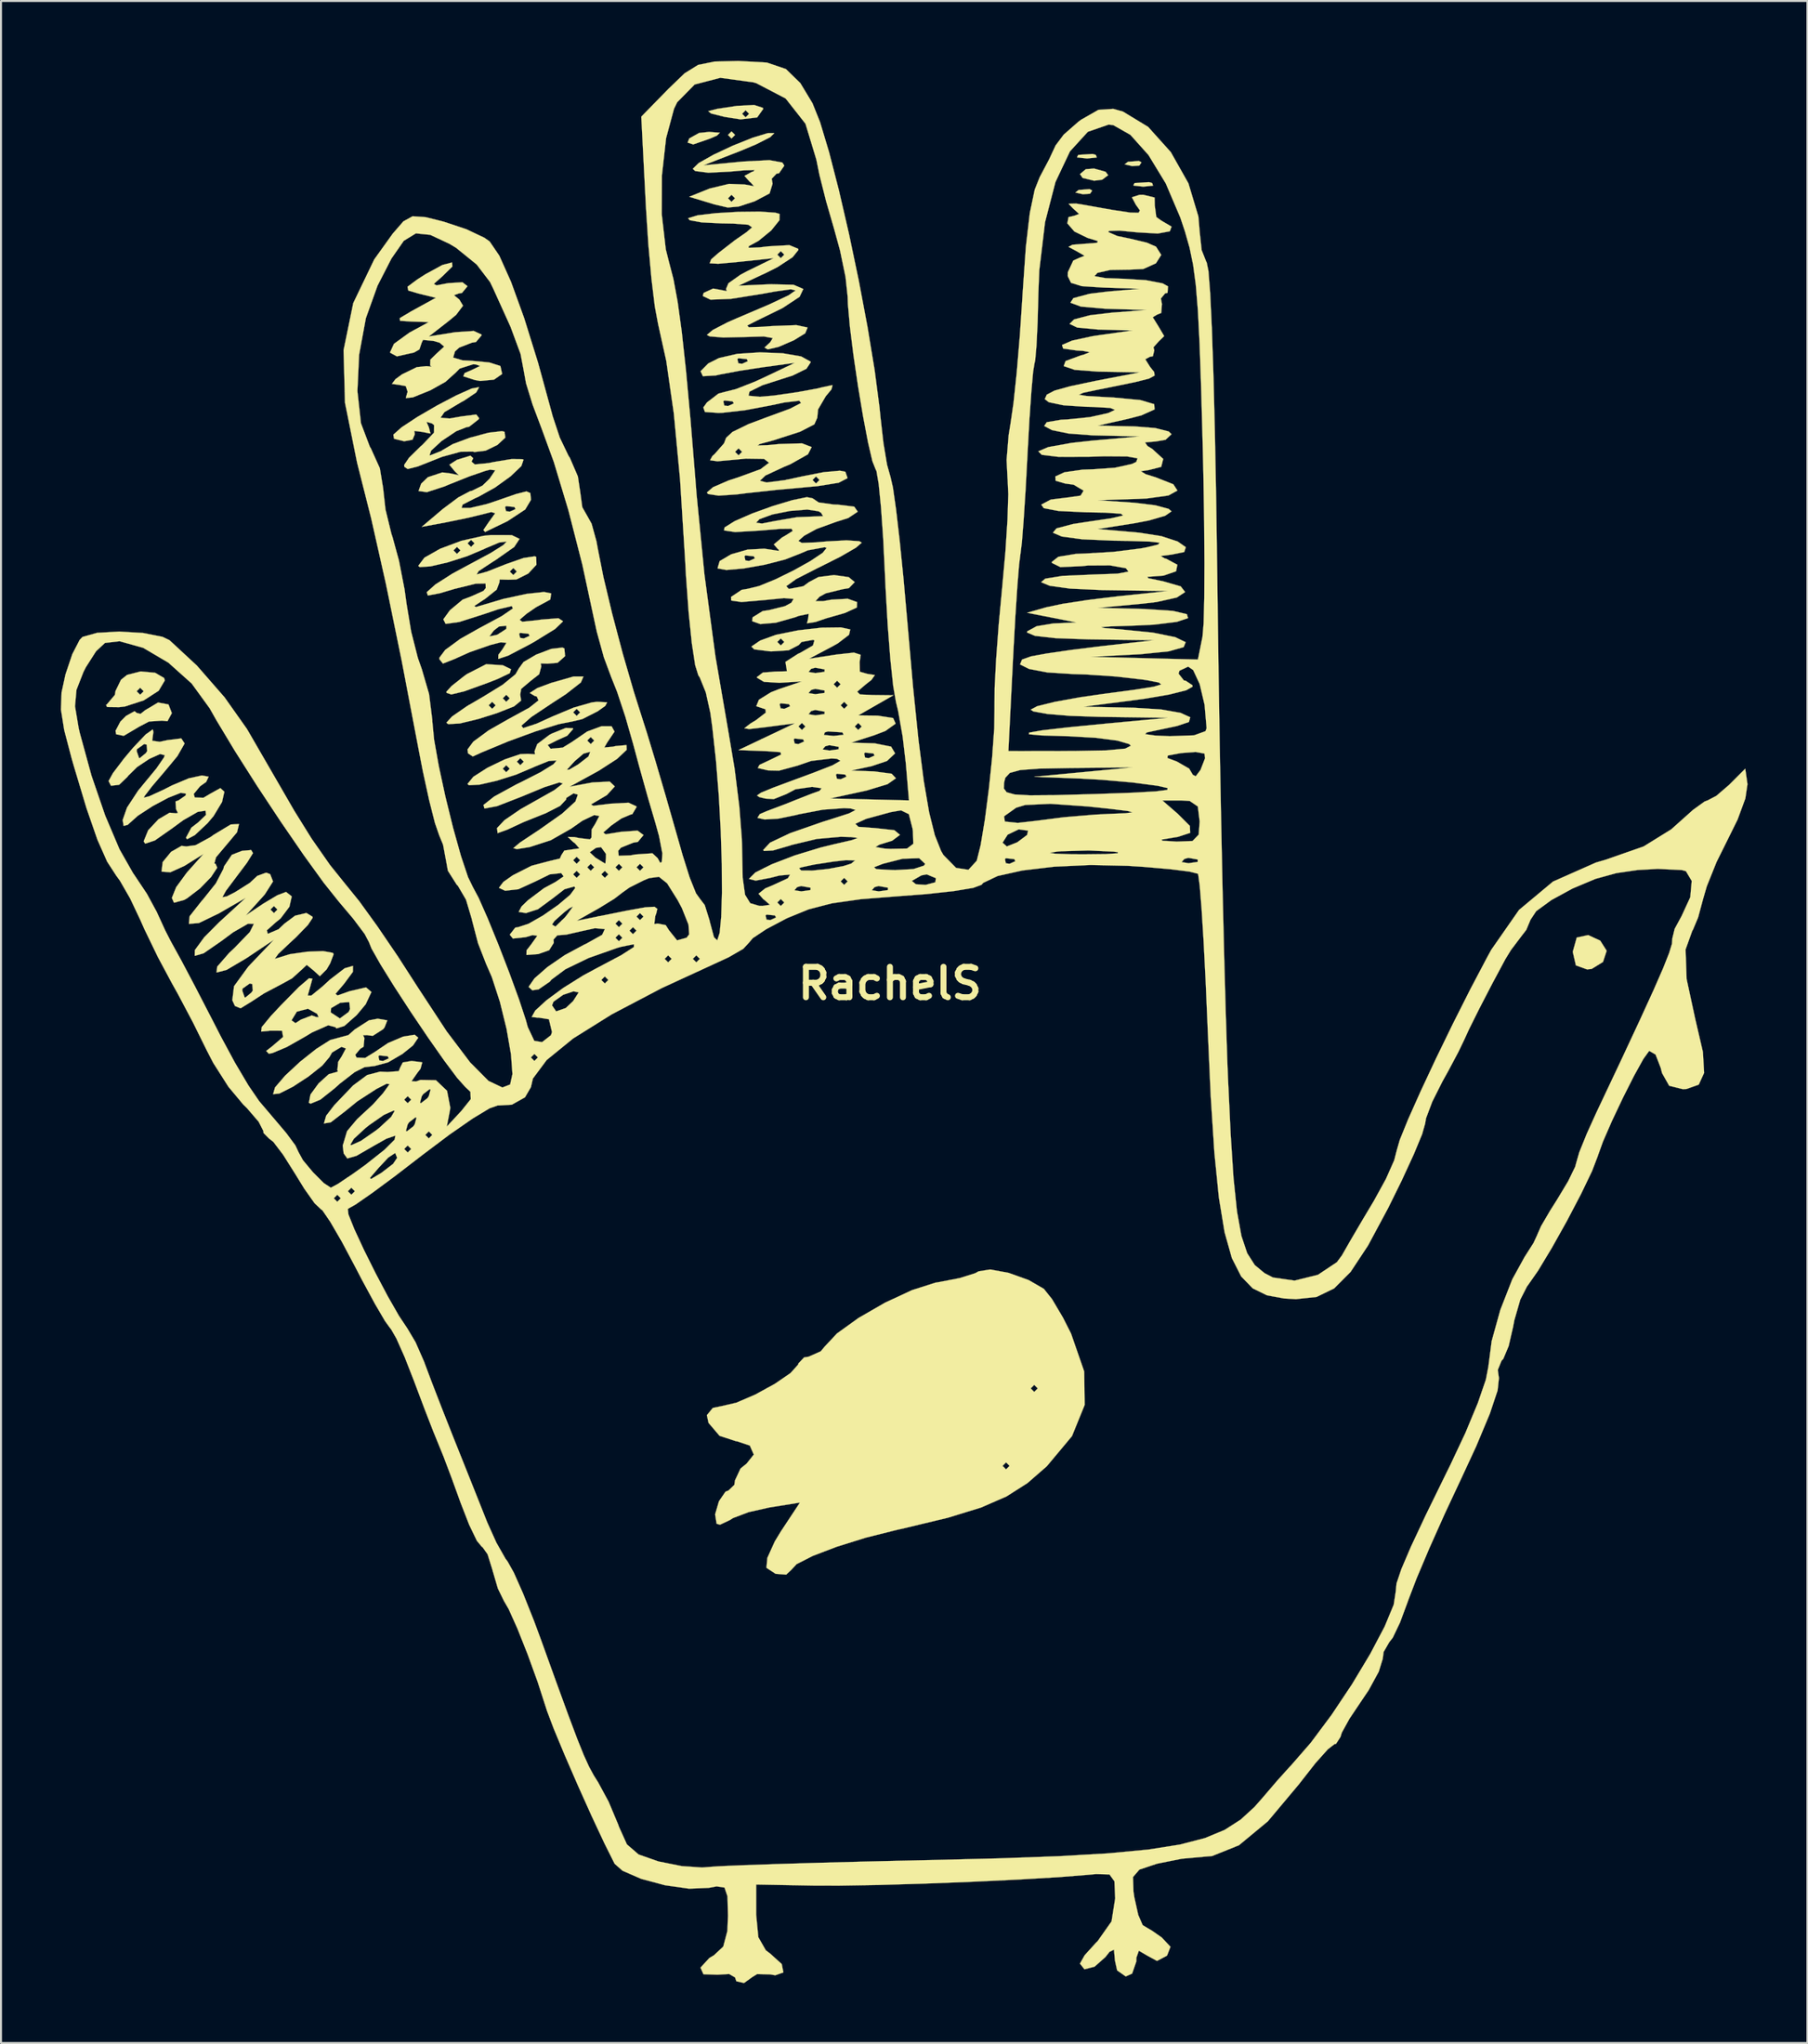
<source format=kicad_pcb>
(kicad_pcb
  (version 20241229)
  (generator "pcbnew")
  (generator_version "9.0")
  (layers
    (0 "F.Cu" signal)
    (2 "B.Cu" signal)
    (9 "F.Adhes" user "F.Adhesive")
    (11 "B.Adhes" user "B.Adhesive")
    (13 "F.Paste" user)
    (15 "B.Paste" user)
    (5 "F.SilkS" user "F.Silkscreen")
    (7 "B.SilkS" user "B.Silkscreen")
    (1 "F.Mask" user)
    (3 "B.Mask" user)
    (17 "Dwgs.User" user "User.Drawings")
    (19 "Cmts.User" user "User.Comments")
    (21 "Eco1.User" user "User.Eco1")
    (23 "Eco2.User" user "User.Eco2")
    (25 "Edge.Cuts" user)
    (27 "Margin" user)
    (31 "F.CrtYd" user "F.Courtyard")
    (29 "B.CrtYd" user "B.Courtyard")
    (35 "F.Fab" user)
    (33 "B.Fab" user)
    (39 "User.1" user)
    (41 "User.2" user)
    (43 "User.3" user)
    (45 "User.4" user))
  (footprint "RachelS"
    (layer "F.Cu")
    (at 41.545 46.219)
    (property "Reference" "RachelS" (at 0 0 0) (layer "F.SilkS") (effects (font (size 1.524 1.524) (thickness 0.3))))
    (attr through_hole)
    (fp_poly (pts (xy -7.761 -42.51) (xy -7.938 -42.333) (xy -8.114 -42.51) (xy -7.938 -42.686) (xy -7.761 -42.51)) (stroke (width 0.01) (type solid)) (fill yes) (layer "F.SilkS"))
    (fp_poly (pts (xy 10.135 -39.724) (xy 10.03 -39.564) (xy 9.672 -39.539) (xy 9.296 -39.625) (xy 9.459 -39.752) (xy 10.01 -39.794) (xy 10.135 -39.724)) (stroke (width 0.01) (type solid)) (fill yes) (layer "F.SilkS"))
    (fp_poly (pts (xy 10.319 -41.509) (xy 10.363 -41.38) (xy 9.878 -41.331) (xy 9.377 -41.386) (xy 9.437 -41.509) (xy 10.159 -41.555) (xy 10.319 -41.509)) (stroke (width 0.01) (type solid)) (fill yes) (layer "F.SilkS"))
    (fp_poly (pts (xy 12.604 -41.135) (xy 12.499 -40.975) (xy 12.141 -40.95) (xy 11.765 -41.036) (xy 11.928 -41.163) (xy 12.48 -41.205) (xy 12.604 -41.135)) (stroke (width 0.01) (type solid)) (fill yes) (layer "F.SilkS"))
    (fp_poly (pts (xy 13.141 -40.098) (xy 13.185 -39.969) (xy 12.7 -39.92) (xy 12.199 -39.975) (xy 12.259 -40.098) (xy 12.981 -40.144) (xy 13.141 -40.098)) (stroke (width 0.01) (type solid)) (fill yes) (layer "F.SilkS"))
    (fp_poly (pts (xy -8.523 -42.62) (xy -8.665 -42.48) (xy -8.996 -42.333) (xy -9.856 -42.034) (xy -10.137 -42.126) (xy -10.054 -42.333) (xy -9.564 -42.607) (xy -9.063 -42.661) (xy -8.523 -42.62)) (stroke (width 0.01) (type solid)) (fill yes) (layer "F.SilkS"))
    (fp_poly (pts (xy 10.805 -40.665) (xy 10.936 -40.494) (xy 10.64 -40.269) (xy 10.231 -40.217) (xy 9.657 -40.355) (xy 9.525 -40.548) (xy 9.818 -40.793) (xy 10.231 -40.825) (xy 10.805 -40.665)) (stroke (width 0.01) (type solid)) (fill yes) (layer "F.SilkS"))
    (fp_poly (pts (xy 35.594 -2.147) (xy 35.917 -1.64) (xy 35.733 -1.079) (xy 35.164 -0.729) (xy 34.936 -0.706) (xy 34.376 -0.907) (xy 34.219 -1.587) (xy 34.419 -2.301) (xy 34.989 -2.425) (xy 35.594 -2.147)) (stroke (width 0.01) (type solid)) (fill yes) (layer "F.SilkS"))
    (fp_poly (pts (xy -19.398 -15.942) (xy -19.392 -15.94) (xy -18.987 -15.743) (xy -19.052 -15.544) (xy -19.667 -15.252) (xy -20.165 -15.057) (xy -21.337 -14.635) (xy -21.982 -14.479) (xy -22.217 -14.563) (xy -22.225 -14.616) (xy -21.968 -14.9) (xy -21.336 -15.401) (xy -21.199 -15.499) (xy -20.232 -15.995) (xy -19.398 -15.942)) (stroke (width 0.01) (type solid)) (fill yes) (layer "F.SilkS"))
    (fp_poly (pts (xy -36.152 -13.978) (xy -35.983 -13.544) (xy -36.203 -13.142) (xy -36.478 -13.167) (xy -37.127 -13.124) (xy -37.625 -12.863) (xy -38.394 -12.407) (xy -38.773 -12.484) (xy -38.806 -12.657) (xy -38.564 -13.117) (xy -38.276 -13.406) (xy -37.851 -13.641) (xy -37.747 -13.555) (xy -37.554 -13.505) (xy -37.324 -13.688) (xy -36.674 -14.075) (xy -36.152 -13.978)) (stroke (width 0.01) (type solid)) (fill yes) (layer "F.SilkS"))
    (fp_poly (pts (xy -6.367 -43.867) (xy -6.35 -43.811) (xy -6.651 -43.387) (xy -7.485 -43.289) (xy -8.29 -43.416) (xy -8.898 -43.568) (xy -7.408 -43.568) (xy -7.232 -43.392) (xy -7.056 -43.568) (xy -7.232 -43.744) (xy -7.408 -43.568) (xy -8.898 -43.568) (xy -8.961 -43.584) (xy -9.105 -43.699) (xy -8.663 -43.813) (xy -7.673 -43.963) (xy -6.803 -44.009) (xy -6.367 -43.867)) (stroke (width 0.01) (type solid)) (fill yes) (layer "F.SilkS"))
    (fp_poly (pts (xy -36.821 -15.565) (xy -36.371 -15.303) (xy -36.336 -15.183) (xy -36.642 -14.667) (xy -37.392 -14.183) (xy -38.334 -13.877) (xy -38.629 -13.842) (xy -39.229 -13.85) (xy -39.28 -13.957) (xy -39.247 -13.973) (xy -38.837 -14.459) (xy -38.808 -14.64) (xy -37.747 -14.64) (xy -37.571 -14.464) (xy -37.394 -14.64) (xy -37.571 -14.817) (xy -37.747 -14.64) (xy -38.808 -14.64) (xy -38.806 -14.652) (xy -38.531 -15.216) (xy -38.226 -15.459) (xy -37.545 -15.632) (xy -36.821 -15.565)) (stroke (width 0.01) (type solid)) (fill yes) (layer "F.SilkS"))
    (fp_poly (pts (xy -32.717 -7.577) (xy -33.284 -6.901) (xy -33.771 -6.322) (xy -33.853 -6.013) (xy -33.796 -5.997) (xy -33.71 -5.802) (xy -34.019 -5.334) (xy -34.57 -4.766) (xy -35.213 -4.274) (xy -35.362 -4.188) (xy -35.875 -4.047) (xy -35.983 -4.286) (xy -35.765 -4.827) (xy -35.234 -5.553) (xy -35.19 -5.604) (xy -34.396 -6.491) (xy -35.348 -5.895) (xy -36.055 -5.574) (xy -36.484 -5.602) (xy -36.497 -5.62) (xy -36.442 -6.083) (xy -36.021 -6.596) (xy -35.499 -6.894) (xy -35.257 -6.866) (xy -34.795 -6.928) (xy -34.055 -7.33) (xy -33.879 -7.455) (xy -33.027 -7.967) (xy -32.618 -7.987) (xy -32.717 -7.577)) (stroke (width 0.01) (type solid)) (fill yes) (layer "F.SilkS"))
    (fp_poly (pts (xy -16.312 -16.782) (xy -16.279 -16.399) (xy -16.653 -16.065) (xy -17.161 -16.022) (xy -17.164 -16.023) (xy -17.501 -16.033) (xy -17.471 -15.889) (xy -17.576 -15.494) (xy -17.992 -15.169) (xy -18.48 -14.758) (xy -18.525 -14.471) (xy -18.483 -14.171) (xy -18.835 -13.883) (xy -19.691 -13.545) (xy -20.625 -13.251) (xy -21.555 -13.026) (xy -22.132 -12.994) (xy -22.225 -13.065) (xy -21.94 -13.378) (xy -21.199 -13.89) (xy -21.122 -13.935) (xy -20.108 -13.935) (xy -19.932 -13.758) (xy -19.756 -13.935) (xy -19.932 -14.111) (xy -20.108 -13.935) (xy -21.122 -13.935) (xy -20.518 -14.287) (xy -19.403 -14.287) (xy -19.226 -14.111) (xy -19.05 -14.287) (xy -19.226 -14.464) (xy -19.403 -14.287) (xy -20.518 -14.287) (xy -20.373 -14.372) (xy -19.402 -14.969) (xy -18.761 -15.492) (xy -18.599 -15.775) (xy -18.358 -16.106) (xy -17.72 -16.478) (xy -16.975 -16.761) (xy -16.41 -16.829) (xy -16.312 -16.782)) (stroke (width 0.01) (type solid)) (fill yes) (layer "F.SilkS"))
    (fp_poly (pts (xy -15.487 -15.08) (xy -16.241 -14.491) (xy -16.892 -14.07) (xy -17.974 -13.349) (xy -18.469 -12.915) (xy -18.377 -12.795) (xy -17.698 -13.019) (xy -16.901 -13.381) (xy -16.418 -13.582) (xy -15.875 -13.582) (xy -15.699 -13.406) (xy -15.522 -13.582) (xy -15.699 -13.758) (xy -15.875 -13.582) (xy -16.418 -13.582) (xy -15.84 -13.823) (xy -14.931 -14.082) (xy -14.672 -14.111) (xy -14.17 -14.085) (xy -14.264 -13.907) (xy -14.65 -13.634) (xy -15.417 -13.245) (xy -15.875 -13.137) (xy -16.612 -12.988) (xy -17.769 -12.626) (xy -19.127 -12.129) (xy -20.462 -11.575) (xy -20.902 -11.373) (xy -21.14 -11.529) (xy -21.167 -11.724) (xy -20.874 -12.118) (xy -20.111 -12.679) (xy -19.138 -13.233) (xy -18.072 -13.816) (xy -17.609 -14.182) (xy -17.697 -14.378) (xy -17.802 -14.406) (xy -18.048 -14.554) (xy -17.67 -14.799) (xy -16.974 -15.058) (xy -15.854 -15.378) (xy -15.358 -15.38) (xy -15.487 -15.08)) (stroke (width 0.01) (type solid)) (fill yes) (layer "F.SilkS"))
    (fp_poly (pts (xy -6 -42.396) (xy -6.702 -42.039) (xy -7.488 -41.71) (xy -9.349 -40.986) (xy -7.32 -41.18) (xy -6.038 -41.245) (xy -5.392 -41.128) (xy -5.292 -40.972) (xy -5.557 -40.591) (xy -5.682 -40.569) (xy -5.924 -40.315) (xy -5.88 -40.067) (xy -6.031 -39.578) (xy -6.777 -39.185) (xy -7.581 -38.922) (xy -8.123 -38.873) (xy -8.796 -39.03) (xy -9.172 -39.144) (xy -9.8 -39.335) (xy -8.114 -39.335) (xy -7.938 -39.158) (xy -7.761 -39.335) (xy -7.938 -39.511) (xy -8.114 -39.335) (xy -9.8 -39.335) (xy -10.054 -39.412) (xy -9.037 -39.823) (xy -8.061 -40.057) (xy -7.274 -40.026) (xy -6.811 -39.939) (xy -6.973 -40.126) (xy -7.019 -40.158) (xy -7.288 -40.457) (xy -6.912 -40.661) (xy -6.842 -40.681) (xy -6.776 -40.749) (xy -7.294 -40.736) (xy -8.026 -40.671) (xy -9.099 -40.617) (xy -9.756 -40.7) (xy -9.878 -40.812) (xy -9.582 -41.1) (xy -8.839 -41.519) (xy -7.869 -41.973) (xy -6.89 -42.365) (xy -6.122 -42.6) (xy -5.795 -42.601) (xy -6 -42.396)) (stroke (width 0.01) (type solid)) (fill yes) (layer "F.SilkS"))
    (fp_poly (pts (xy -26.91 -0.585) (xy -27.355 0.016) (xy -27.783 0.519) (xy -27.682 0.601) (xy -27.071 0.385) (xy -26.254 0.195) (xy -25.983 0.426) (xy -26.269 1.039) (xy -26.722 1.582) (xy -27.34 2.128) (xy -27.735 2.251) (xy -27.787 2.187) (xy -28.146 2.093) (xy -28.956 2.451) (xy -29.299 2.658) (xy -30.221 3.18) (xy -30.942 3.484) (xy -31.126 3.517) (xy -31.254 3.378) (xy -30.956 3.147) (xy -30.407 2.676) (xy -30.461 2.366) (xy -31.084 2.363) (xy -31.133 2.374) (xy -31.507 2.409) (xy -31.478 2.183) (xy -31.199 1.845) (xy -29.986 1.845) (xy -29.79 1.988) (xy -29.513 1.81) (xy -28.97 1.6) (xy -28.751 1.679) (xy -28.624 1.69) (xy -28.706 1.515) (xy -28.822 1.451) (xy -28.021 1.451) (xy -27.562 1.751) (xy -27.122 1.426) (xy -27.052 1.275) (xy -27.093 0.931) (xy -27.539 0.962) (xy -28.004 1.233) (xy -28.021 1.451) (xy -28.822 1.451) (xy -29.164 1.264) (xy -29.721 1.411) (xy -29.986 1.845) (xy -31.199 1.845) (xy -31.002 1.607) (xy -30.532 1.106) (xy -29.616 0.175) (xy -29.105 -0.262) (xy -28.941 -0.241) (xy -29.055 0.176) (xy -29.176 0.607) (xy -28.998 0.609) (xy -28.439 0.153) (xy -28.058 -0.196) (xy -27.323 -0.762) (xy -26.907 -0.882) (xy -26.91 -0.585)) (stroke (width 0.01) (type solid)) (fill yes) (layer "F.SilkS"))
    (fp_poly (pts (xy -20.584 -29.874) (xy -20.732 -29.609) (xy -21.339 -29.2) (xy -21.487 -29.121) (xy -22.327 -28.621) (xy -22.518 -28.341) (xy -22.062 -28.304) (xy -21.475 -28.408) (xy -20.727 -28.503) (xy -20.584 -28.316) (xy -20.614 -28.26) (xy -21.084 -27.892) (xy -21.22 -27.869) (xy -21.73 -27.668) (xy -22.458 -27.182) (xy -22.482 -27.164) (xy -22.993 -26.692) (xy -23.069 -26.463) (xy -23.037 -26.458) (xy -22.477 -26.678) (xy -22.454 -26.7) (xy -21.904 -27.022) (xy -21.027 -27.348) (xy -20.11 -27.592) (xy -19.442 -27.67) (xy -19.312 -27.637) (xy -19.274 -27.345) (xy -19.67 -26.98) (xy -20.264 -26.691) (xy -20.821 -26.625) (xy -20.892 -26.646) (xy -21.512 -26.639) (xy -22.436 -26.386) (xy -22.673 -26.293) (xy -23.662 -25.9) (xy -24.164 -25.774) (xy -24.333 -25.886) (xy -24.342 -25.976) (xy -24.1 -26.334) (xy -23.511 -26.913) (xy -23.422 -26.99) (xy -22.845 -27.595) (xy -22.841 -27.971) (xy -22.947 -28.056) (xy -23.224 -28.137) (xy -23.104 -27.864) (xy -23.024 -27.549) (xy -23.42 -27.629) (xy -23.831 -27.683) (xy -23.81 -27.513) (xy -23.923 -27.241) (xy -24.342 -27.164) (xy -24.848 -27.289) (xy -24.884 -27.495) (xy -24.472 -27.861) (xy -23.679 -28.383) (xy -22.699 -28.953) (xy -21.727 -29.463) (xy -20.957 -29.806) (xy -20.584 -29.874) (xy -20.584 -29.874)) (stroke (width 0.01) (type solid)) (fill yes) (layer "F.SilkS"))
    (fp_poly (pts (xy -25.187 1.847) (xy -25.325 2.2) (xy -25.397 2.289) (xy -25.918 2.624) (xy -26.2 2.587) (xy -26.4 2.59) (xy -26.334 2.738) (xy -26.377 3.169) (xy -26.544 3.273) (xy -26.795 3.573) (xy -26.725 3.713) (xy -26.297 3.731) (xy -26.159 3.645) (xy -25.635 3.645) (xy -25.587 3.855) (xy -25.4 3.881) (xy -25.11 3.751) (xy -25.165 3.645) (xy -25.583 3.603) (xy -25.635 3.645) (xy -26.159 3.645) (xy -25.843 3.45) (xy -25.148 2.982) (xy -24.394 2.662) (xy -23.815 2.568) (xy -23.636 2.714) (xy -23.899 3.104) (xy -24.43 3.53) (xy -25.143 3.947) (xy -25.821 4.132) (xy -26.333 4.193) (xy -26.825 4.443) (xy -27.568 5.019) (xy -27.833 5.257) (xy -28.538 5.816) (xy -29.026 6.02) (xy -29.117 5.976) (xy -29.036 5.562) (xy -28.627 5.002) (xy -28.117 4.542) (xy -27.73 4.434) (xy -27.722 4.439) (xy -27.659 4.399) (xy -27.69 4.354) (xy -27.648 3.926) (xy -27.47 3.648) (xy -27.26 3.254) (xy -27.485 3.175) (xy -27.956 3.457) (xy -28.088 3.688) (xy -28.449 4.115) (xy -29.135 4.659) (xy -29.924 5.174) (xy -30.594 5.511) (xy -30.909 5.545) (xy -30.812 5.205) (xy -30.305 4.615) (xy -29.561 3.923) (xy -28.751 3.279) (xy -28.048 2.832) (xy -27.641 2.722) (xy -27.138 2.587) (xy -26.821 2.305) (xy -26.104 1.845) (xy -25.666 1.764) (xy -25.187 1.847)) (stroke (width 0.01) (type solid)) (fill yes) (layer "F.SilkS"))
    (fp_poly (pts (xy -20.881 -26.313) (xy -20.967 -26.143) (xy -20.803 -26.003) (xy -20.11 -26.07) (xy -19.851 -26.124) (xy -18.963 -26.271) (xy -18.411 -26.265) (xy -18.36 -26.238) (xy -18.469 -25.923) (xy -19.007 -25.409) (xy -19.79 -24.845) (xy -20.631 -24.378) (xy -20.775 -24.316) (xy -21.414 -23.99) (xy -21.465 -23.821) (xy -21.033 -23.823) (xy -20.827 -23.871) (xy -19.285 -23.871) (xy -19.237 -23.662) (xy -19.05 -23.636) (xy -18.76 -23.765) (xy -18.815 -23.871) (xy -19.233 -23.914) (xy -19.285 -23.871) (xy -20.827 -23.871) (xy -20.22 -24.013) (xy -19.766 -24.162) (xy -18.739 -24.518) (xy -18.212 -24.652) (xy -18.018 -24.567) (xy -17.992 -24.271) (xy -17.992 -24.222) (xy -18.276 -23.745) (xy -19.16 -23.163) (xy -20.285 -22.62) (xy -20.371 -22.717) (xy -20.111 -23.1) (xy -19.781 -23.558) (xy -19.977 -23.618) (xy -20.287 -23.537) (xy -21.123 -23.333) (xy -22.179 -23.115) (xy -22.225 -23.106) (xy -23.46 -22.876) (xy -22.401 -23.773) (xy -21.626 -24.353) (xy -21.032 -24.665) (xy -20.945 -24.682) (xy -20.419 -24.94) (xy -20.063 -25.285) (xy -19.775 -25.71) (xy -20.039 -25.741) (xy -20.285 -25.676) (xy -21.067 -25.407) (xy -22.098 -24.996) (xy -22.313 -24.904) (xy -23.205 -24.614) (xy -23.621 -24.672) (xy -23.489 -25.039) (xy -23.152 -25.363) (xy -22.435 -25.602) (xy -22.005 -25.549) (xy -21.6 -25.459) (xy -21.814 -25.67) (xy -22.075 -25.989) (xy -21.697 -26.233) (xy -21.023 -26.441) (xy -20.881 -26.313)) (stroke (width 0.01) (type solid)) (fill yes) (layer "F.SilkS"))
    (fp_poly (pts (xy -21.923 -35.921) (xy -22.427 -35.426) (xy -22.856 -35.048) (xy -22.72 -34.973) (xy -22.137 -35.084) (xy -21.422 -35.127) (xy -21.167 -34.932) (xy -21.446 -34.594) (xy -21.608 -34.567) (xy -21.845 -34.48) (xy -21.579 -34.264) (xy -21.392 -33.955) (xy -21.739 -33.496) (xy -22.109 -33.189) (xy -23.107 -32.412) (xy -21.784 -32.626) (xy -20.855 -32.689) (xy -20.466 -32.509) (xy -20.461 -32.472) (xy -20.743 -32.137) (xy -20.947 -32.103) (xy -21.589 -31.854) (xy -21.797 -31.662) (xy -21.887 -31.356) (xy -21.418 -31.218) (xy -20.962 -31.194) (xy -20.078 -31.111) (xy -19.539 -30.942) (xy -19.518 -30.924) (xy -19.432 -30.535) (xy -19.84 -30.251) (xy -20.532 -30.184) (xy -20.801 -30.233) (xy -21.378 -30.418) (xy -21.31 -30.581) (xy -20.971 -30.726) (xy -20.535 -30.935) (xy -20.748 -31.012) (xy -20.885 -31.02) (xy -21.56 -30.806) (xy -21.766 -30.596) (xy -22.277 -30.137) (xy -23.035 -29.714) (xy -23.911 -29.361) (xy -24.26 -29.327) (xy -24.182 -29.605) (xy -24.165 -29.633) (xy -24.259 -29.924) (xy -24.576 -29.986) (xy -24.955 -30.039) (xy -24.776 -30.276) (xy -24.449 -30.515) (xy -23.708 -30.876) (xy -23.224 -30.926) (xy -22.96 -30.902) (xy -23.037 -30.962) (xy -23.029 -31.252) (xy -22.721 -31.554) (xy -22.335 -31.907) (xy -22.571 -32.104) (xy -22.879 -32.191) (xy -23.397 -32.242) (xy -23.462 -32.107) (xy -23.579 -31.764) (xy -23.843 -31.611) (xy -24.707 -31.417) (xy -25.054 -31.605) (xy -24.852 -32.045) (xy -24.077 -32.607) (xy -23.107 -33.133) (xy -23.989 -33.161) (xy -24.549 -33.199) (xy -24.559 -33.333) (xy -23.987 -33.674) (xy -23.812 -33.77) (xy -22.754 -34.351) (xy -23.615 -34.561) (xy -24.133 -34.714) (xy -24.174 -34.903) (xy -23.688 -35.267) (xy -23.272 -35.533) (xy -22.424 -35.995) (xy -21.944 -36.121) (xy -21.923 -35.921)) (stroke (width 0.01) (type solid)) (fill yes) (layer "F.SilkS"))
    (fp_poly (pts (xy -5.739 -38.613) (xy -5.53 -38.552) (xy -5.537 -38.236) (xy -5.949 -37.723) (xy -6.583 -37.205) (xy -7.072 -36.937) (xy -7.084 -36.852) (xy -6.531 -36.876) (xy -6.085 -36.929) (xy -5.038 -36.988) (xy -4.597 -36.806) (xy -4.586 -36.747) (xy -4.878 -36.383) (xy -5.619 -35.897) (xy -6.085 -35.659) (xy -7.585 -34.956) (xy -5.997 -35.029) (xy -4.83 -35.003) (xy -4.34 -34.792) (xy -4.526 -34.401) (xy -5.386 -33.834) (xy -6.703 -33.191) (xy -7.147 -32.964) (xy -7.069 -32.873) (xy -6.396 -32.897) (xy -5.923 -32.934) (xy -4.683 -32.981) (xy -4.125 -32.861) (xy -4.246 -32.571) (xy -4.808 -32.226) (xy -5.577 -31.893) (xy -6.119 -31.766) (xy -6.283 -31.857) (xy -5.997 -32.126) (xy -5.869 -32.332) (xy -6.317 -32.413) (xy -7.32 -32.385) (xy -8.354 -32.362) (xy -9.026 -32.417) (xy -9.172 -32.49) (xy -8.878 -32.738) (xy -8.131 -33.125) (xy -7.673 -33.326) (xy -6.058 -34.014) (xy -5.083 -34.472) (xy -4.725 -34.72) (xy -4.964 -34.777) (xy -5.779 -34.663) (xy -6.35 -34.557) (xy -7.976 -34.297) (xy -8.992 -34.258) (xy -9.376 -34.441) (xy -9.334 -34.596) (xy -8.856 -34.813) (xy -8.53 -34.754) (xy -8.17 -34.684) (xy -8.213 -34.789) (xy -8.091 -35.08) (xy -7.483 -35.51) (xy -7.144 -35.689) (xy -5.821 -36.336) (xy -7.585 -36.15) (xy -8.607 -36.054) (xy -9.031 -36.08) (xy -8.957 -36.275) (xy -8.686 -36.513) (xy -5.644 -36.513) (xy -5.468 -36.336) (xy -5.292 -36.513) (xy -5.468 -36.689) (xy -5.644 -36.513) (xy -8.686 -36.513) (xy -8.597 -36.591) (xy -7.767 -37.235) (xy -7.186 -37.638) (xy -6.907 -37.879) (xy -7.096 -38.011) (xy -7.848 -38.068) (xy -8.437 -38.079) (xy -9.44 -38.129) (xy -10.034 -38.237) (xy -10.11 -38.338) (xy -9.646 -38.48) (xy -8.726 -38.59) (xy -7.602 -38.656) (xy -6.523 -38.668) (xy -5.739 -38.613)) (stroke (width 0.01) (type solid)) (fill yes) (layer "F.SilkS"))
    (fp_poly (pts (xy 5.948 14.497) (xy 6.948 14.855) (xy 7.714 15.298) (xy 8.124 15.812) (xy 8.673 16.74) (xy 9.077 17.538) (xy 9.736 19.438) (xy 9.759 21.113) (xy 9.124 22.674) (xy 7.86 24.186) (xy 6.892 25.028) (xy 5.843 25.696) (xy 4.564 26.253) (xy 2.905 26.763) (xy 0.716 27.289) (xy 0.36 27.368) (xy -1.198 27.759) (xy -2.658 28.214) (xy -3.868 28.676) (xy -4.677 29.088) (xy -4.938 29.369) (xy -5.196 29.612) (xy -5.727 29.573) (xy -6.172 29.282) (xy -6.186 29.26) (xy -6.141 28.773) (xy -5.769 27.951) (xy -5.462 27.445) (xy -4.508 26.003) (xy -6.029 26.246) (xy -7.081 26.483) (xy -7.868 26.781) (xy -8.017 26.877) (xy -8.513 27.112) (xy -8.684 27.064) (xy -8.759 26.595) (xy -8.567 25.937) (xy -8.239 25.459) (xy -8.09 25.4) (xy -7.795 25.115) (xy -7.761 24.888) (xy -7.486 24.299) (xy -7.321 24.165) (xy 5.644 24.165) (xy 5.821 24.342) (xy 5.997 24.165) (xy 5.821 23.989) (xy 5.644 24.165) (xy -7.321 24.165) (xy -7.182 24.053) (xy -6.821 23.599) (xy -7.019 23.148) (xy -7.669 22.931) (xy -7.711 22.931) (xy -8.538 22.658) (xy -9.089 22.011) (xy -9.172 21.625) (xy -8.875 21.263) (xy -8.409 21.167) (xy -7.701 21.003) (xy -6.749 20.594) (xy -6.185 20.285) (xy 7.056 20.285) (xy 7.232 20.461) (xy 7.408 20.285) (xy 7.232 20.108) (xy 7.056 20.285) (xy -6.185 20.285) (xy -5.771 20.058) (xy -4.981 19.516) (xy -4.596 19.089) (xy -4.586 19.035) (xy -4.301 18.732) (xy -4.074 18.697) (xy -3.462 18.425) (xy -3.281 18.203) (xy -2.653 17.532) (xy -1.571 16.754) (xy -0.247 15.991) (xy 1.104 15.363) (xy 2.27 14.991) (xy 2.443 14.961) (xy 3.499 14.757) (xy 4.274 14.514) (xy 4.446 14.42) (xy 5.023 14.327) (xy 5.948 14.497)) (stroke (width 0.01) (type solid)) (fill yes) (layer "F.SilkS"))
    (fp_poly (pts (xy -36.911 -12.594) (xy -36.968 -12.161) (xy -36.589 -12.107) (xy -36.204 -12.191) (xy -35.511 -12.277) (xy -35.344 -12.024) (xy -35.706 -11.391) (xy -36.342 -10.624) (xy -36.973 -9.883) (xy -37.348 -9.395) (xy -37.394 -9.306) (xy -37.116 -9.379) (xy -36.411 -9.702) (xy -35.968 -9.927) (xy -35.133 -10.278) (xy -34.476 -10.42) (xy -34.14 -10.359) (xy -34.265 -10.098) (xy -34.572 -9.878) (xy -34.888 -9.495) (xy -34.835 -9.318) (xy -34.402 -9.302) (xy -34.083 -9.492) (xy -33.552 -9.787) (xy -33.352 -9.606) (xy -33.469 -9.092) (xy -33.894 -8.387) (xy -34.198 -8.028) (xy -34.831 -7.434) (xy -35.219 -7.228) (xy -35.276 -7.303) (xy -35.004 -7.807) (xy -34.663 -8.07) (xy -34.269 -8.447) (xy -34.294 -8.659) (xy -34.683 -8.599) (xy -35.414 -8.18) (xy -35.967 -7.774) (xy -36.837 -7.165) (xy -37.32 -7.006) (xy -37.394 -7.124) (xy -37.169 -7.677) (xy -36.656 -8.224) (xy -36.096 -8.554) (xy -35.78 -8.526) (xy -35.68 -8.542) (xy -35.771 -8.731) (xy -35.799 -9.118) (xy -35.651 -9.172) (xy -35.292 -9.42) (xy -35.278 -9.513) (xy -35.534 -9.553) (xy -36.161 -9.306) (xy -36.949 -8.885) (xy -37.687 -8.404) (xy -38.166 -7.976) (xy -38.183 -7.953) (xy -38.399 -7.893) (xy -38.447 -8.19) (xy -38.23 -8.811) (xy -37.675 -9.658) (xy -37.394 -10) (xy -36.759 -10.77) (xy -36.382 -11.317) (xy -36.336 -11.436) (xy -36.571 -11.496) (xy -37.115 -11.252) (xy -37.73 -10.841) (xy -38.176 -10.402) (xy -38.206 -10.355) (xy -38.625 -9.955) (xy -39.033 -9.907) (xy -39.153 -10.142) (xy -38.936 -10.537) (xy -38.385 -11.264) (xy -38.067 -11.642) (xy -37.747 -11.642) (xy -37.627 -11.298) (xy -37.592 -11.289) (xy -37.29 -11.536) (xy -37.218 -11.642) (xy -37.246 -11.967) (xy -37.374 -11.994) (xy -37.733 -11.738) (xy -37.747 -11.642) (xy -38.067 -11.642) (xy -37.919 -11.818) (xy -37.291 -12.478) (xy -36.936 -12.729) (xy -36.911 -12.594)) (stroke (width 0.01) (type solid)) (fill yes) (layer "F.SilkS"))
    (fp_poly (pts (xy -31.918 -6.532) (xy -32.219 -6.049) (xy -32.678 -5.439) (xy -33.271 -4.648) (xy -33.451 -4.322) (xy -33.232 -4.362) (xy -32.807 -4.58) (xy -32.079 -5.039) (xy -31.701 -5.39) (xy -31.257 -5.553) (xy -31.057 -5.476) (xy -30.914 -5.111) (xy -31.325 -4.465) (xy -31.459 -4.313) (xy -32.279 -3.408) (xy -31.841 -3.704) (xy -31.044 -3.704) (xy -30.868 -3.528) (xy -30.692 -3.704) (xy -30.868 -3.881) (xy -31.044 -3.704) (xy -31.841 -3.704) (xy -31.407 -3.997) (xy -30.697 -4.42) (xy -30.26 -4.586) (xy -29.976 -4.364) (xy -30.092 -3.847) (xy -30.533 -3.261) (xy -30.78 -3.06) (xy -31.224 -2.663) (xy -31.176 -2.488) (xy -30.639 -2.716) (xy -30.339 -2.999) (xy -29.805 -3.397) (xy -29.24 -3.532) (xy -28.934 -3.345) (xy -28.928 -3.289) (xy -29.168 -2.929) (xy -29.773 -2.306) (xy -30.074 -2.03) (xy -30.652 -1.48) (xy -30.825 -1.237) (xy -30.727 -1.264) (xy -30.075 -1.467) (xy -29.211 -1.592) (xy -28.403 -1.622) (xy -27.918 -1.535) (xy -27.875 -1.47) (xy -28.052 -1.005) (xy -28.228 -0.706) (xy -28.569 -0.367) (xy -28.884 -0.655) (xy -29.224 -0.933) (xy -29.447 -0.721) (xy -29.957 -0.26) (xy -30.461 0.018) (xy -31.366 0.497) (xy -31.971 0.893) (xy -32.54 1.243) (xy -32.822 1.125) (xy -32.953 0.837) (xy -32.893 0.353) (xy -32.456 0.353) (xy -32.335 0.696) (xy -32.3 0.706) (xy -31.999 0.458) (xy -31.926 0.353) (xy -31.954 0.028) (xy -32.082 0) (xy -32.441 0.256) (xy -32.456 0.353) (xy -32.893 0.353) (xy -32.867 0.135) (xy -32.157 -0.838) (xy -32.026 -0.978) (xy -30.868 -2.191) (xy -32.246 -1.268) (xy -33.241 -0.681) (xy -33.742 -0.55) (xy -33.711 -0.843) (xy -33.115 -1.527) (xy -32.835 -1.791) (xy -32.074 -2.579) (xy -31.871 -2.989) (xy -32.17 -2.993) (xy -32.914 -2.564) (xy -33.498 -2.13) (xy -34.39 -1.514) (xy -34.836 -1.385) (xy -34.83 -1.673) (xy -34.364 -2.311) (xy -33.602 -3.078) (xy -32.279 -4.291) (xy -33.621 -3.516) (xy -34.627 -3.029) (xy -35.128 -2.988) (xy -35.093 -3.367) (xy -34.487 -4.138) (xy -34.433 -4.194) (xy -33.779 -5.013) (xy -33.396 -5.749) (xy -33.369 -5.866) (xy -32.975 -6.447) (xy -32.471 -6.644) (xy -32.01 -6.686) (xy -31.918 -6.532)) (stroke (width 0.01) (type solid)) (fill yes) (layer "F.SilkS"))
    (fp_poly (pts (xy -5.369 -31.571) (xy -4.449 -31.413) (xy -3.979 -31.154) (xy -3.967 -31.126) (xy -4.184 -30.795) (xy -4.888 -30.45) (xy -5.181 -30.359) (xy -6.391 -29.97) (xy -7.036 -29.651) (xy -7.085 -29.444) (xy -6.511 -29.39) (xy -5.821 -29.452) (xy -4.638 -29.623) (xy -3.656 -29.803) (xy -3.351 -29.877) (xy -2.874 -29.978) (xy -2.931 -29.761) (xy -3.217 -29.416) (xy -3.602 -28.758) (xy -3.64 -28.344) (xy -3.787 -28.011) (xy -4.502 -27.642) (xy -5.839 -27.211) (xy -6.526 -27.025) (xy -6.632 -26.953) (xy -6.146 -26.967) (xy -5.556 -27.024) (xy -4.407 -27.059) (xy -3.921 -26.872) (xy -4.107 -26.51) (xy -4.976 -26.021) (xy -5.306 -25.882) (xy -6.239 -25.449) (xy -6.516 -25.182) (xy -6.175 -25.098) (xy -5.25 -25.218) (xy -5.223 -25.224) (xy -3.881 -25.224) (xy -3.704 -25.047) (xy -3.528 -25.224) (xy -3.704 -25.4) (xy -3.881 -25.224) (xy -5.223 -25.224) (xy -4.41 -25.4) (xy -3.312 -25.616) (xy -2.508 -25.688) (xy -2.232 -25.633) (xy -2.123 -25.317) (xy -2.568 -25.086) (xy -3.63 -24.915) (xy -4.283 -24.855) (xy -5.722 -24.724) (xy -7.161 -24.567) (xy -7.673 -24.502) (xy -8.583 -24.44) (xy -9.115 -24.522) (xy -9.172 -24.596) (xy -8.866 -24.861) (xy -8.088 -25.198) (xy -7.585 -25.362) (xy -6.482 -25.765) (xy -6.057 -26.087) (xy -6.306 -26.28) (xy -7.223 -26.294) (xy -7.673 -26.25) (xy -8.64 -26.161) (xy -9.013 -26.212) (xy -8.894 -26.426) (xy -8.784 -26.522) (xy -8.685 -26.635) (xy -7.761 -26.635) (xy -7.585 -26.458) (xy -7.408 -26.635) (xy -7.585 -26.811) (xy -7.761 -26.635) (xy -8.685 -26.635) (xy -8.313 -27.059) (xy -8.205 -27.34) (xy -7.889 -27.631) (xy -7.085 -28.024) (xy -6.199 -28.356) (xy -5.007 -28.793) (xy -4.451 -29.081) (xy -4.54 -29.195) (xy -5.279 -29.108) (xy -6.039 -28.949) (xy -7.252 -28.72) (xy -8.362 -28.593) (xy -8.598 -28.584) (xy -9.269 -28.631) (xy -9.35 -28.855) (xy -9.172 -29.104) (xy -9.096 -29.163) (xy -8.349 -29.163) (xy -8.301 -28.953) (xy -8.114 -28.928) (xy -7.824 -29.057) (xy -7.879 -29.163) (xy -8.297 -29.205) (xy -8.349 -29.163) (xy -9.096 -29.163) (xy -8.592 -29.551) (xy -8.286 -29.633) (xy -7.719 -29.776) (xy -6.795 -30.138) (xy -6.3 -30.363) (xy -4.763 -31.093) (xy -6.35 -30.875) (xy -7.517 -30.696) (xy -8.508 -30.511) (xy -8.731 -30.46) (xy -9.373 -30.424) (xy -9.487 -30.673) (xy -9.103 -31.061) (xy -8.666 -31.28) (xy -7.644 -31.28) (xy -7.595 -31.07) (xy -7.408 -31.044) (xy -7.118 -31.174) (xy -7.173 -31.28) (xy -7.592 -31.322) (xy -7.644 -31.28) (xy -8.666 -31.28) (xy -8.555 -31.335) (xy -7.65 -31.542) (xy -6.512 -31.617) (xy -5.369 -31.571)) (stroke (width 0.01) (type solid)) (fill yes) (layer "F.SilkS"))
    (fp_poly (pts (xy -3.881 -24.308) (xy -3.57 -24.098) (xy -2.805 -23.992) (xy -2.625 -23.989) (xy -1.789 -23.887) (xy -1.612 -23.636) (xy -2.087 -23.319) (xy -2.702 -23.124) (xy -3.676 -22.771) (xy -4.298 -22.431) (xy -4.589 -22.173) (xy -4.415 -22.071) (xy -3.68 -22.1) (xy -3.18 -22.145) (xy -2.175 -22.2) (xy -1.534 -22.156) (xy -1.411 -22.084) (xy -1.706 -21.83) (xy -2.479 -21.383) (xy -3.568 -20.837) (xy -3.616 -20.815) (xy -4.697 -20.262) (xy -5.194 -19.903) (xy -5.068 -19.767) (xy -5.048 -19.766) (xy -4.337 -19.902) (xy -4.057 -20.108) (xy -3.58 -20.362) (xy -2.801 -20.461) (xy -2.067 -20.357) (xy -1.764 -20.108) (xy -2.055 -19.807) (xy -2.381 -19.75) (xy -3.213 -19.547) (xy -3.528 -19.376) (xy -3.732 -19.155) (xy -3.342 -19.155) (xy -2.944 -19.226) (xy -2.114 -19.274) (xy -1.648 -19.108) (xy -1.657 -18.835) (xy -2.252 -18.563) (xy -2.263 -18.56) (xy -3.199 -18.291) (xy -3.729 -18.11) (xy -4.154 -18.043) (xy -4.095 -18.283) (xy -4.072 -18.521) (xy -4.568 -18.416) (xy -4.765 -18.343) (xy -5.722 -18.072) (xy -6.495 -18.007) (xy -6.899 -18.149) (xy -6.879 -18.344) (xy -6.375 -18.657) (xy -6.065 -18.703) (xy -5.254 -18.904) (xy -4.939 -19.076) (xy -4.827 -19.269) (xy -5.308 -19.306) (xy -6.307 -19.208) (xy -7.439 -19.11) (xy -7.95 -19.184) (xy -7.962 -19.363) (xy -7.433 -19.718) (xy -7.123 -19.772) (xy -6.554 -19.912) (xy -5.731 -20.249) (xy -4.818 -20.697) (xy -3.977 -21.167) (xy -3.374 -21.57) (xy -3.17 -21.817) (xy -3.268 -21.856) (xy -4.111 -21.701) (xy -4.503 -21.534) (xy -5.249 -21.242) (xy -6.271 -20.98) (xy -7.332 -20.791) (xy -8.197 -20.715) (xy -8.631 -20.795) (xy -8.636 -20.802) (xy -8.532 -21.16) (xy -8.121 -21.402) (xy -7.291 -21.402) (xy -7.242 -21.192) (xy -7.056 -21.167) (xy -6.765 -21.296) (xy -6.82 -21.402) (xy -7.239 -21.444) (xy -7.291 -21.402) (xy -8.121 -21.402) (xy -7.954 -21.5) (xy -7.132 -21.736) (xy -6.293 -21.782) (xy -6.113 -21.755) (xy -5.565 -21.67) (xy -5.579 -21.744) (xy -5.61 -21.757) (xy -5.817 -21.996) (xy -5.403 -22.345) (xy -5.257 -22.427) (xy -4.868 -22.671) (xy -4.928 -22.78) (xy -5.527 -22.773) (xy -6.526 -22.688) (xy -7.76 -22.615) (xy -8.309 -22.696) (xy -8.29 -22.843) (xy -7.905 -23.084) (xy -6.703 -23.084) (xy -6.41 -23.042) (xy -5.733 -23.174) (xy -4.665 -23.358) (xy -3.895 -23.39) (xy -3.349 -23.41) (xy -3.45 -23.581) (xy -3.575 -23.656) (xy -4.14 -23.743) (xy -5.002 -23.674) (xy -5.891 -23.497) (xy -6.538 -23.261) (xy -6.703 -23.084) (xy -7.905 -23.084) (xy -7.774 -23.165) (xy -6.901 -23.546) (xy -5.873 -23.917) (xy -4.893 -24.212) (xy -4.161 -24.364) (xy -3.881 -24.308)) (stroke (width 0.01) (type solid)) (fill yes) (layer "F.SilkS"))
    (fp_poly (pts (xy -18.952 -22.462) (xy -18.561 -22.272) (xy -18.828 -21.867) (xy -19.749 -21.221) (xy -19.882 -21.139) (xy -20.61 -20.659) (xy -20.709 -20.49) (xy -20.184 -20.634) (xy -20.175 -20.637) (xy -19.05 -20.637) (xy -18.874 -20.461) (xy -18.697 -20.637) (xy -18.874 -20.814) (xy -19.05 -20.637) (xy -20.175 -20.637) (xy -19.231 -21.011) (xy -18.363 -21.314) (xy -17.801 -21.4) (xy -17.727 -21.372) (xy -17.714 -20.979) (xy -18.124 -20.536) (xy -18.718 -20.241) (xy -19.114 -20.227) (xy -19.556 -20.238) (xy -19.569 -20.092) (xy -19.707 -19.731) (xy -20.296 -19.26) (xy -20.362 -19.221) (xy -20.829 -18.91) (xy -20.74 -18.86) (xy -20.637 -18.892) (xy -19.376 -19.265) (xy -18.208 -19.517) (xy -17.335 -19.613) (xy -16.975 -19.543) (xy -17.019 -19.234) (xy -17.148 -19.165) (xy -17.727 -18.853) (xy -18.206 -18.524) (xy -18.557 -18.22) (xy -18.424 -18.122) (xy -17.712 -18.194) (xy -17.462 -18.23) (xy -16.609 -18.297) (xy -16.379 -18.145) (xy -16.781 -17.757) (xy -17.822 -17.117) (xy -18.091 -16.967) (xy -19.133 -16.423) (xy -19.628 -16.26) (xy -19.618 -16.471) (xy -19.416 -16.741) (xy -19.216 -17.067) (xy -19.501 -17.093) (xy -20.029 -16.956) (xy -21.063 -16.596) (xy -21.823 -16.254) (xy -22.397 -16.028) (xy -22.575 -16.243) (xy -22.578 -16.318) (xy -22.285 -16.711) (xy -21.525 -17.266) (xy -21.312 -17.386) (xy -20.073 -17.386) (xy -19.719 -17.46) (xy -19.652 -17.485) (xy -19.596 -17.521) (xy -18.58 -17.521) (xy -18.531 -17.312) (xy -18.344 -17.286) (xy -18.054 -17.415) (xy -18.109 -17.521) (xy -18.528 -17.564) (xy -18.58 -17.521) (xy -19.596 -17.521) (xy -19.22 -17.765) (xy -19.217 -17.924) (xy -19.59 -17.884) (xy -19.85 -17.683) (xy -20.073 -17.386) (xy -21.312 -17.386) (xy -20.616 -17.779) (xy -19.452 -18.405) (xy -18.893 -18.787) (xy -18.948 -18.907) (xy -19.625 -18.747) (xy -20.298 -18.52) (xy -21.58 -18.11) (xy -22.262 -18.016) (xy -22.379 -18.242) (xy -22.049 -18.697) (xy -21.414 -19.227) (xy -20.956 -19.403) (xy -20.368 -19.667) (xy -20.253 -19.807) (xy -20.26 -20.038) (xy -20.757 -20.029) (xy -21.811 -19.77) (xy -22.545 -19.552) (xy -23.153 -19.436) (xy -23.21 -19.601) (xy -22.779 -19.988) (xy -21.925 -20.533) (xy -20.994 -21.035) (xy -20.01 -21.563) (xy -19.365 -21.968) (xy -19.203 -22.143) (xy -19.573 -22.093) (xy -20.288 -21.791) (xy -20.34 -21.764) (xy -21.187 -21.406) (xy -22.155 -21.098) (xy -23.019 -20.897) (xy -23.558 -20.861) (xy -23.636 -20.922) (xy -23.325 -21.333) (xy -22.683 -21.696) (xy -21.872 -21.696) (xy -21.696 -21.519) (xy -21.519 -21.696) (xy -21.696 -21.872) (xy -21.872 -21.696) (xy -22.683 -21.696) (xy -22.533 -21.781) (xy -21.815 -22.049) (xy -21.167 -22.049) (xy -20.99 -21.872) (xy -20.814 -22.049) (xy -20.99 -22.225) (xy -21.167 -22.049) (xy -21.815 -22.049) (xy -21.475 -22.176) (xy -20.363 -22.427) (xy -20.002 -22.464) (xy -18.952 -22.462)) (stroke (width 0.01) (type solid)) (fill yes) (layer "F.SilkS"))
    (fp_poly (pts (xy -6.169 -46.135) (xy -5.211 -45.809) (xy -4.49 -45.107) (xy -3.881 -44.098) (xy -3.501 -43.151) (xy -3.049 -41.647) (xy -2.555 -39.729) (xy -2.048 -37.537) (xy -1.561 -35.213) (xy -1.124 -32.898) (xy -0.767 -30.734) (xy -0.522 -28.863) (xy -0.476 -28.399) (xy -0.326 -27.077) (xy -0.144 -25.988) (xy 0.031 -25.367) (xy 0.15 -24.85) (xy 0.307 -23.75) (xy 0.488 -22.188) (xy 0.68 -20.285) (xy 0.869 -18.16) (xy 0.871 -18.135) (xy 1.158 -14.86) (xy 1.429 -12.22) (xy 1.695 -10.148) (xy 1.965 -8.573) (xy 2.25 -7.428) (xy 2.562 -6.642) (xy 2.68 -6.438) (xy 3.317 -5.791) (xy 3.935 -5.696) (xy 4.352 -6.15) (xy 4.372 -6.232) (xy 5.762 -6.232) (xy 5.81 -6.023) (xy 5.997 -5.997) (xy 6.187 -6.082) (xy 14.617 -6.082) (xy 14.964 -6.025) (xy 15.421 -6.09) (xy 15.427 -6.21) (xy 14.955 -6.295) (xy 14.751 -6.238) (xy 14.617 -6.082) (xy 6.187 -6.082) (xy 6.288 -6.126) (xy 6.232 -6.232) (xy 5.814 -6.275) (xy 5.762 -6.232) (xy 4.372 -6.232) (xy 4.452 -6.549) (xy 8.014 -6.549) (xy 8.279 -6.502) (xy 9.119 -6.475) (xy 9.701 -6.471) (xy 10.818 -6.484) (xy 11.417 -6.522) (xy 11.423 -6.578) (xy 11.21 -6.606) (xy 9.958 -6.664) (xy 8.588 -6.625) (xy 8.388 -6.609) (xy 8.014 -6.549) (xy 4.452 -6.549) (xy 4.549 -6.94) (xy 4.568 -7.054) (xy 5.644 -7.054) (xy 5.858 -6.865) (xy 6.38 -7.072) (xy 6.561 -7.206) (xy 13.606 -7.206) (xy 13.656 -7.152) (xy 14.376 -7.108) (xy 15.164 -7.138) (xy 15.473 -7.458) (xy 15.522 -8.114) (xy 15.43 -8.868) (xy 15.025 -9.144) (xy 14.586 -9.172) (xy 13.65 -9.172) (xy 14.41 -8.513) (xy 15.031 -7.894) (xy 15.046 -7.546) (xy 14.433 -7.346) (xy 14.199 -7.308) (xy 13.606 -7.206) (xy 6.561 -7.206) (xy 6.873 -7.439) (xy 6.925 -7.657) (xy 6.456 -7.723) (xy 5.899 -7.455) (xy 5.644 -7.054) (xy 4.568 -7.054) (xy 4.761 -8.216) (xy 4.782 -8.376) (xy 5.72 -8.376) (xy 5.76 -8.112) (xy 6.409 -8.045) (xy 7.32 -8.149) (xy 8.716 -8.328) (xy 10.3 -8.461) (xy 10.936 -8.493) (xy 11.817 -8.53) (xy 12.158 -8.575) (xy 11.917 -8.642) (xy 11.05 -8.749) (xy 9.945 -8.867) (xy 8.043 -9.002) (xy 6.781 -8.943) (xy 6.329 -8.808) (xy 5.72 -8.376) (xy 4.782 -8.376) (xy 4.961 -9.759) (xy 4.963 -9.77) (xy 5.709 -9.77) (xy 5.85 -9.58) (xy 6.25 -9.469) (xy 7.017 -9.425) (xy 8.262 -9.435) (xy 10.092 -9.485) (xy 10.305 -9.491) (xy 12.142 -9.556) (xy 13.323 -9.623) (xy 13.9 -9.698) (xy 13.922 -9.788) (xy 13.441 -9.9) (xy 13.406 -9.906) (xy 12.159 -10.07) (xy 10.609 -10.206) (xy 9.525 -10.267) (xy 7.232 -10.355) (xy 9.701 -10.591) (xy 12.171 -10.827) (xy 8.996 -10.793) (xy 7.48 -10.764) (xy 6.532 -10.694) (xy 6.012 -10.551) (xy 5.782 -10.306) (xy 5.719 -10.054) (xy 5.709 -9.77) (xy 4.963 -9.77) (xy 5.12 -11.296) (xy 13.908 -11.296) (xy 14.376 -11.121) (xy 14.995 -10.765) (xy 15.18 -10.454) (xy 15.326 -10.381) (xy 15.565 -10.698) (xy 15.794 -11.287) (xy 15.763 -11.518) (xy 15.324 -11.598) (xy 14.584 -11.542) (xy 13.92 -11.419) (xy 13.908 -11.296) (xy 5.12 -11.296) (xy 5.125 -11.352) (xy 5.146 -11.642) (xy 5.937 -11.642) (xy 9.23 -11.647) (xy 10.851 -11.678) (xy 11.791 -11.765) (xy 12.073 -11.911) (xy 11.994 -11.994) (xy 11.398 -12.168) (xy 10.317 -12.308) (xy 8.974 -12.386) (xy 8.819 -12.39) (xy 7.59 -12.428) (xy 6.969 -12.485) (xy 6.976 -12.568) (xy 7.629 -12.682) (xy 8.948 -12.834) (xy 10.76 -13.012) (xy 13.935 -13.31) (xy 10.495 -13.358) (xy 9.034 -13.408) (xy 7.882 -13.504) (xy 7.188 -13.631) (xy 7.056 -13.719) (xy 7.338 -13.867) (xy 9.701 -13.867) (xy 12.238 -13.813) (xy 13.599 -13.727) (xy 14.563 -13.557) (xy 15.05 -13.337) (xy 14.982 -13.099) (xy 14.39 -12.9) (xy 13.407 -12.691) (xy 12.876 -12.578) (xy 12.79 -12.491) (xy 13.297 -12.42) (xy 14.023 -12.388) (xy 15.241 -12.432) (xy 15.813 -12.639) (xy 15.871 -12.788) (xy 15.769 -13.961) (xy 15.523 -15.002) (xy 15.198 -15.701) (xy 14.947 -15.875) (xy 14.508 -15.669) (xy 14.464 -15.522) (xy 14.732 -15.18) (xy 14.817 -15.169) (xy 15.16 -14.941) (xy 15.169 -14.871) (xy 14.847 -14.689) (xy 13.99 -14.474) (xy 12.769 -14.265) (xy 12.435 -14.22) (xy 9.701 -13.867) (xy 7.338 -13.867) (xy 7.382 -13.891) (xy 8.263 -14.109) (xy 9.553 -14.342) (xy 10.672 -14.503) (xy 12.257 -14.715) (xy 13.209 -14.865) (xy 13.596 -14.978) (xy 13.483 -15.076) (xy 12.938 -15.184) (xy 12.7 -15.222) (xy 11.367 -15.376) (xy 9.823 -15.481) (xy 9.172 -15.501) (xy 7.888 -15.583) (xy 6.975 -15.757) (xy 6.522 -15.984) (xy 6.621 -16.227) (xy 7.074 -16.388) (xy 7.846 -16.53) (xy 9.066 -16.708) (xy 10.48 -16.884) (xy 10.583 -16.896) (xy 13.229 -17.195) (xy 9.945 -17.24) (xy 8.31 -17.299) (xy 7.269 -17.416) (xy 6.87 -17.585) (xy 6.879 -17.639) (xy 7.353 -17.898) (xy 8.195 -18.037) (xy 8.223 -18.038) (xy 9.349 -18.085) (xy 8.114 -18.329) (xy 6.879 -18.573) (xy 7.837 -18.847) (xy 8.667 -19.021) (xy 9.929 -19.215) (xy 11.351 -19.388) (xy 11.364 -19.39) (xy 13.935 -19.66) (xy 10.651 -19.708) (xy 9.032 -19.782) (xy 8 -19.926) (xy 7.577 -20.104) (xy 7.784 -20.28) (xy 8.644 -20.419) (xy 10.163 -20.486) (xy 11.404 -20.531) (xy 11.955 -20.634) (xy 11.829 -20.799) (xy 11.818 -20.804) (xy 11.027 -20.946) (xy 9.93 -20.94) (xy 9.613 -20.907) (xy 8.543 -20.86) (xy 8.121 -21.068) (xy 8.114 -21.119) (xy 8.44 -21.376) (xy 9.32 -21.521) (xy 9.79 -21.54) (xy 11.178 -21.62) (xy 12.561 -21.793) (xy 12.876 -21.852) (xy 13.446 -21.99) (xy 13.515 -22.082) (xy 13.025 -22.139) (xy 11.915 -22.173) (xy 11.201 -22.184) (xy 9.631 -22.253) (xy 8.608 -22.393) (xy 8.169 -22.583) (xy 8.347 -22.799) (xy 9.179 -23.018) (xy 9.79 -23.113) (xy 11.09 -23.305) (xy 11.687 -23.443) (xy 11.58 -23.534) (xy 10.77 -23.588) (xy 9.769 -23.608) (xy 8.451 -23.671) (xy 7.71 -23.813) (xy 7.585 -23.989) (xy 8.061 -24.241) (xy 8.861 -24.342) (xy 9.554 -24.439) (xy 9.706 -24.687) (xy 9.701 -24.694) (xy 9.205 -24.988) (xy 8.778 -25.047) (xy 8.303 -25.186) (xy 8.29 -25.4) (xy 8.745 -25.61) (xy 9.646 -25.74) (xy 10.163 -25.758) (xy 11.272 -25.836) (xy 12.134 -26.027) (xy 12.347 -26.13) (xy 12.406 -26.31) (xy 11.891 -26.402) (xy 10.751 -26.41) (xy 9.982 -26.387) (xy 8.453 -26.382) (xy 7.608 -26.485) (xy 7.437 -26.66) (xy 7.934 -26.87) (xy 9.09 -27.08) (xy 10.159 -27.197) (xy 12.524 -27.406) (xy 10.142 -27.461) (xy 8.951 -27.551) (xy 8.122 -27.723) (xy 7.732 -27.929) (xy 7.86 -28.118) (xy 8.581 -28.241) (xy 8.908 -28.257) (xy 10.03 -28.374) (xy 10.936 -28.575) (xy 11.279 -28.735) (xy 11.044 -28.833) (xy 10.176 -28.884) (xy 9.79 -28.893) (xy 8.7 -28.966) (xy 7.963 -29.12) (xy 7.761 -29.274) (xy 7.862 -29.499) (xy 8.249 -29.701) (xy 9.044 -29.922) (xy 10.372 -30.201) (xy 10.936 -30.31) (xy 12.524 -30.614) (xy 10.425 -30.653) (xy 9.261 -30.741) (xy 8.71 -30.929) (xy 8.803 -31.182) (xy 9.569 -31.465) (xy 9.701 -31.498) (xy 10.018 -31.623) (xy 9.661 -31.694) (xy 9.378 -31.709) (xy 8.684 -31.806) (xy 8.623 -31.986) (xy 9.132 -32.207) (xy 10.149 -32.427) (xy 10.51 -32.482) (xy 12.171 -32.714) (xy 10.425 -32.761) (xy 9.388 -32.859) (xy 9.003 -33.044) (xy 9.228 -33.266) (xy 10.021 -33.476) (xy 11.113 -33.606) (xy 12.876 -33.739) (xy 10.777 -33.803) (xy 9.571 -33.91) (xy 9.046 -34.105) (xy 9.196 -34.335) (xy 10.009 -34.552) (xy 10.936 -34.665) (xy 12.524 -34.802) (xy 10.693 -34.863) (xy 9.615 -34.934) (xy 9.077 -35.1) (xy 8.914 -35.431) (xy 8.916 -35.631) (xy 9.189 -36.216) (xy 9.512 -36.361) (xy 9.756 -36.454) (xy 9.349 -36.689) (xy 8.95 -36.903) (xy 9.148 -37.007) (xy 9.701 -37.052) (xy 10.39 -37.106) (xy 10.416 -37.194) (xy 9.904 -37.351) (xy 9.245 -37.672) (xy 8.891 -38.079) (xy 8.951 -38.392) (xy 9.231 -38.458) (xy 9.483 -38.551) (xy 9.172 -38.832) (xy 8.955 -39.06) (xy 9.332 -39.07) (xy 9.701 -39.011) (xy 11.163 -38.751) (xy 12.046 -38.618) (xy 12.463 -38.61) (xy 12.528 -38.727) (xy 12.358 -38.969) (xy 12.332 -39) (xy 12.127 -39.387) (xy 12.508 -39.508) (xy 12.695 -39.511) (xy 13.264 -39.372) (xy 13.273 -38.969) (xy 13.349 -38.398) (xy 13.588 -38.225) (xy 14.113 -37.916) (xy 14.026 -37.682) (xy 13.422 -37.571) (xy 12.435 -37.627) (xy 11.506 -37.716) (xy 10.985 -37.701) (xy 10.942 -37.644) (xy 11.398 -37.445) (xy 12.001 -37.32) (xy 12.868 -37.115) (xy 13.334 -36.913) (xy 13.596 -36.499) (xy 13.33 -36.078) (xy 12.697 -35.794) (xy 12.04 -35.762) (xy 11.047 -35.746) (xy 10.399 -35.6) (xy 10.25 -35.436) (xy 10.8 -35.336) (xy 11.709 -35.303) (xy 12.84 -35.232) (xy 13.661 -35.074) (xy 13.935 -34.925) (xy 13.913 -34.6) (xy 13.79 -34.572) (xy 13.578 -34.314) (xy 13.631 -34.043) (xy 13.596 -33.59) (xy 13.4 -33.514) (xy 13.17 -33.378) (xy 13.451 -32.927) (xy 13.743 -32.433) (xy 13.498 -32.194) (xy 13.492 -32.192) (xy 13.205 -31.869) (xy 13.248 -31.72) (xy 13.177 -31.423) (xy 13.03 -31.397) (xy 12.797 -31.271) (xy 13.041 -30.883) (xy 13.243 -30.631) (xy 13.263 -30.454) (xy 12.986 -30.304) (xy 12.297 -30.129) (xy 11.08 -29.879) (xy 10.407 -29.745) (xy 9.679 -29.591) (xy 9.47 -29.496) (xy 9.838 -29.432) (xy 10.839 -29.373) (xy 11.201 -29.355) (xy 12.551 -29.227) (xy 13.243 -29.022) (xy 13.264 -28.76) (xy 12.601 -28.461) (xy 11.906 -28.281) (xy 10.407 -27.945) (xy 12.259 -27.907) (xy 13.294 -27.825) (xy 13.966 -27.656) (xy 14.111 -27.517) (xy 13.812 -27.237) (xy 13.317 -27.153) (xy 12.784 -27.108) (xy 12.905 -26.927) (xy 13.141 -26.783) (xy 13.695 -26.278) (xy 13.595 -25.881) (xy 12.965 -25.721) (xy 12.573 -25.662) (xy 12.813 -25.515) (xy 13.317 -25.358) (xy 14.202 -25.009) (xy 14.407 -24.695) (xy 13.958 -24.448) (xy 12.879 -24.298) (xy 12.435 -24.276) (xy 10.407 -24.211) (xy 12.259 -24.082) (xy 13.294 -23.957) (xy 13.966 -23.777) (xy 14.111 -23.651) (xy 13.795 -23.433) (xy 12.982 -23.196) (xy 12.259 -23.058) (xy 10.407 -22.766) (xy 12.496 -22.584) (xy 13.607 -22.409) (xy 14.416 -22.144) (xy 14.827 -21.857) (xy 14.747 -21.613) (xy 14.081 -21.48) (xy 14.052 -21.479) (xy 13.566 -21.417) (xy 13.762 -21.299) (xy 13.847 -21.276) (xy 14.404 -20.979) (xy 14.339 -20.649) (xy 13.711 -20.433) (xy 13.494 -20.415) (xy 12.905 -20.373) (xy 12.946 -20.302) (xy 13.648 -20.157) (xy 13.684 -20.15) (xy 14.573 -19.893) (xy 14.793 -19.61) (xy 14.377 -19.337) (xy 13.36 -19.11) (xy 12.618 -19.023) (xy 10.407 -18.819) (xy 12.809 -18.758) (xy 14.18 -18.666) (xy 14.88 -18.502) (xy 14.939 -18.306) (xy 14.381 -18.117) (xy 13.235 -17.976) (xy 12.238 -17.928) (xy 11.07 -17.891) (xy 10.581 -17.852) (xy 10.744 -17.805) (xy 11.465 -17.748) (xy 13.169 -17.578) (xy 14.295 -17.351) (xy 14.82 -17.098) (xy 14.72 -16.851) (xy 13.97 -16.639) (xy 12.548 -16.495) (xy 12.435 -16.489) (xy 10.054 -16.366) (xy 12.744 -16.297) (xy 15.434 -16.228) (xy 15.665 -17.374) (xy 15.721 -18.042) (xy 15.753 -19.302) (xy 15.762 -21.041) (xy 15.747 -23.146) (xy 15.709 -25.505) (xy 15.67 -27.164) (xy 15.594 -29.904) (xy 15.519 -32.047) (xy 15.435 -33.705) (xy 15.331 -34.987) (xy 15.195 -36.002) (xy 15.017 -36.861) (xy 14.786 -37.673) (xy 14.553 -38.369) (xy 13.825 -40.077) (xy 12.959 -41.5) (xy 12.05 -42.515) (xy 11.191 -43.002) (xy 10.957 -43.027) (xy 9.919 -42.668) (xy 9.021 -41.685) (xy 8.296 -40.152) (xy 7.774 -38.142) (xy 7.485 -35.729) (xy 7.44 -34.606) (xy 7.402 -33.141) (xy 7.345 -31.956) (xy 7.28 -31.218) (xy 7.245 -31.065) (xy 7.176 -30.646) (xy 7.088 -29.665) (xy 6.991 -28.265) (xy 6.898 -26.588) (xy 6.891 -26.445) (xy 6.798 -24.716) (xy 6.701 -23.217) (xy 6.613 -22.103) (xy 6.543 -21.531) (xy 6.54 -21.519) (xy 6.473 -20.983) (xy 6.384 -19.892) (xy 6.286 -18.395) (xy 6.188 -16.643) (xy 6.171 -16.316) (xy 5.937 -11.642) (xy 5.146 -11.642) (xy 5.228 -12.776) (xy 5.243 -13.813) (xy 5.242 -13.833) (xy 5.248 -14.776) (xy 5.322 -16.222) (xy 5.453 -17.973) (xy 5.625 -19.822) (xy 5.788 -21.617) (xy 5.893 -23.238) (xy 5.933 -24.513) (xy 5.899 -25.269) (xy 5.895 -25.29) (xy 5.848 -26.232) (xy 5.951 -27.472) (xy 6.044 -28.046) (xy 6.194 -29.076) (xy 6.356 -30.611) (xy 6.511 -32.451) (xy 6.641 -34.396) (xy 6.651 -34.572) (xy 6.813 -36.895) (xy 7.011 -38.598) (xy 7.257 -39.768) (xy 7.506 -40.393) (xy 7.975 -41.279) (xy 8.294 -41.963) (xy 8.301 -41.981) (xy 8.712 -42.527) (xy 9.454 -43.178) (xy 9.583 -43.272) (xy 10.449 -43.766) (xy 11.193 -43.815) (xy 11.677 -43.679) (xy 12.938 -42.914) (xy 14.076 -41.648) (xy 14.959 -40.084) (xy 15.457 -38.426) (xy 15.522 -37.653) (xy 15.62 -36.741) (xy 15.858 -36.142) (xy 15.873 -36.127) (xy 15.962 -35.691) (xy 16.048 -34.589) (xy 16.131 -32.859) (xy 16.21 -30.54) (xy 16.282 -27.672) (xy 16.348 -24.294) (xy 16.404 -20.444) (xy 16.417 -19.387) (xy 16.467 -15.702) (xy 16.527 -11.943) (xy 16.596 -8.229) (xy 16.67 -4.68) (xy 16.748 -1.418) (xy 16.827 1.439) (xy 16.903 3.77) (xy 16.939 4.692) (xy 17.073 7.523) (xy 17.217 9.735) (xy 17.391 11.413) (xy 17.613 12.643) (xy 17.904 13.511) (xy 18.282 14.104) (xy 18.767 14.507) (xy 19.196 14.729) (xy 20.277 14.884) (xy 21.45 14.594) (xy 22.398 13.962) (xy 22.65 13.623) (xy 23.079 12.873) (xy 23.716 11.788) (xy 24.25 10.895) (xy 24.856 9.793) (xy 25.272 8.856) (xy 25.397 8.368) (xy 25.551 7.834) (xy 25.97 6.803) (xy 26.595 5.403) (xy 27.363 3.764) (xy 28.215 2.013) (xy 29.09 0.279) (xy 29.927 -1.308) (xy 30.133 -1.685) (xy 31.526 -3.684) (xy 33.23 -5.106) (xy 35.381 -6.059) (xy 35.872 -6.202) (xy 37.768 -6.864) (xy 39.151 -7.72) (xy 39.477 -8.011) (xy 40.245 -8.697) (xy 40.823 -9.114) (xy 40.976 -9.172) (xy 41.412 -9.399) (xy 42.05 -9.947) (xy 42.069 -9.966) (xy 42.862 -10.76) (xy 42.973 -9.986) (xy 42.867 -9.27) (xy 42.479 -8.216) (xy 42.046 -7.34) (xy 41.425 -6.089) (xy 40.935 -4.87) (xy 40.749 -4.233) (xy 40.499 -3.307) (xy 40.237 -2.683) (xy 40.21 -2.646) (xy 39.871 -1.705) (xy 39.923 -0.225) (xy 40.365 1.82) (xy 40.368 1.83) (xy 40.74 3.43) (xy 40.8 4.479) (xy 40.531 5.067) (xy 39.917 5.285) (xy 39.727 5.292) (xy 39.052 5.122) (xy 38.693 4.488) (xy 38.628 4.23) (xy 38.369 3.56) (xy 38.058 3.379) (xy 38.038 3.39) (xy 37.757 3.778) (xy 37.291 4.619) (xy 36.735 5.719) (xy 36.184 6.882) (xy 35.734 7.914) (xy 35.479 8.621) (xy 35.473 8.643) (xy 35.186 9.393) (xy 34.634 10.542) (xy 33.927 11.891) (xy 33.171 13.241) (xy 32.477 14.391) (xy 31.952 15.143) (xy 31.929 15.169) (xy 31.587 15.841) (xy 31.291 16.867) (xy 31.229 17.196) (xy 31.005 18.166) (xy 30.737 18.804) (xy 30.647 18.901) (xy 30.46 19.362) (xy 30.519 19.767) (xy 30.452 20.386) (xy 30.064 21.548) (xy 29.381 23.18) (xy 28.646 24.765) (xy 27.809 26.552) (xy 27.031 28.293) (xy 26.394 29.798) (xy 25.98 30.878) (xy 25.955 30.952) (xy 25.562 32.012) (xy 25.199 32.771) (xy 25.02 33.001) (xy 24.74 33.487) (xy 24.694 33.835) (xy 24.496 34.475) (xy 23.992 35.399) (xy 23.636 35.927) (xy 23.029 36.831) (xy 22.646 37.525) (xy 22.578 37.744) (xy 22.355 38.09) (xy 22.284 38.1) (xy 21.944 38.364) (xy 21.325 39.056) (xy 20.559 40.033) (xy 20.51 40.098) (xy 18.938 41.972) (xy 17.489 43.171) (xy 16.146 43.71) (xy 15.718 43.746) (xy 14.619 43.847) (xy 13.414 44.089) (xy 13.341 44.109) (xy 12.502 44.39) (xy 12.18 44.764) (xy 12.205 45.491) (xy 12.249 45.783) (xy 12.443 46.658) (xy 12.661 47.162) (xy 12.705 47.197) (xy 13.159 47.468) (xy 13.62 47.79) (xy 14.058 48.256) (xy 13.895 48.68) (xy 13.861 48.715) (xy 13.384 48.965) (xy 12.891 48.696) (xy 12.475 48.453) (xy 12.351 48.803) (xy 12.347 48.993) (xy 12.137 49.601) (xy 11.818 49.742) (xy 11.387 49.44) (xy 11.278 48.948) (xy 11.228 48.402) (xy 11.007 48.507) (xy 10.798 48.772) (xy 10.255 49.253) (xy 9.75 49.383) (xy 9.525 49.102) (xy 9.525 49.098) (xy 9.759 48.681) (xy 10.33 48.051) (xy 10.407 47.978) (xy 11.107 46.985) (xy 11.289 45.833) (xy 11.252 44.977) (xy 11.003 44.633) (xy 10.333 44.614) (xy 9.966 44.648) (xy 8.453 44.769) (xy 6.438 44.888) (xy 4.128 44.999) (xy 1.726 45.092) (xy -0.562 45.16) (xy -2.532 45.194) (xy -3.792 45.192) (xy -6.703 45.138) (xy -6.703 46.649) (xy -6.595 47.775) (xy -6.219 48.433) (xy -5.997 48.601) (xy -5.422 49.121) (xy -5.338 49.54) (xy -5.744 49.684) (xy -5.997 49.64) (xy -6.653 49.624) (xy -6.9 49.775) (xy -7.311 50.071) (xy -7.695 49.983) (xy -7.761 49.791) (xy -8.055 49.621) (xy -8.643 49.655) (xy -9.344 49.633) (xy -9.49 49.301) (xy -9.051 48.822) (xy -8.819 48.683) (xy -8.351 48.247) (xy -8.144 47.465) (xy -8.114 46.703) (xy -8.139 45.727) (xy -8.289 45.291) (xy -8.681 45.23) (xy -9.084 45.305) (xy -10.063 45.345) (xy -11.272 45.173) (xy -12.465 44.853) (xy -13.397 44.448) (xy -13.795 44.097) (xy -14.303 43.08) (xy -14.947 41.705) (xy -15.641 40.162) (xy -16.301 38.642) (xy -16.844 37.336) (xy -17.185 36.436) (xy -17.223 36.315) (xy -17.648 35) (xy -18.156 33.599) (xy -18.667 32.313) (xy -19.104 31.34) (xy -19.342 30.929) (xy -19.645 30.309) (xy -19.915 29.389) (xy -19.919 29.369) (xy -20.161 28.592) (xy -20.422 28.226) (xy -20.446 28.222) (xy -20.698 27.916) (xy -21.084 27.114) (xy -21.511 26.017) (xy -21.966 24.762) (xy -22.371 23.692) (xy -22.609 23.107) (xy -22.884 22.435) (xy -23.313 21.33) (xy -23.805 20.025) (xy -23.838 19.935) (xy -24.315 18.718) (xy -24.731 17.783) (xy -25.004 17.308) (xy -25.026 17.289) (xy -25.298 16.914) (xy -25.799 16.059) (xy -26.442 14.873) (xy -26.793 14.199) (xy -27.468 12.93) (xy -28.042 11.942) (xy -28.431 11.373) (xy -28.533 11.289) (xy -27.167 11.289) (xy -27.134 11.571) (xy -26.838 12.309) (xy -26.357 13.346) (xy -25.771 14.521) (xy -25.16 15.676) (xy -24.602 16.651) (xy -24.178 17.286) (xy -24.178 17.286) (xy -23.772 17.97) (xy -23.348 18.936) (xy -23.306 19.05) (xy -22.955 19.984) (xy -22.443 21.305) (xy -21.873 22.749) (xy -21.8 22.931) (xy -21.21 24.406) (xy -20.643 25.828) (xy -20.213 26.908) (xy -20.182 26.988) (xy -19.721 28.011) (xy -19.264 28.816) (xy -19.159 28.956) (xy -18.845 29.517) (xy -18.378 30.57) (xy -17.832 31.941) (xy -17.5 32.837) (xy -16.71 35.027) (xy -16.115 36.657) (xy -15.673 37.832) (xy -15.342 38.654) (xy -15.08 39.23) (xy -14.846 39.662) (xy -14.622 40.019) (xy -14.098 40.987) (xy -13.616 42.134) (xy -13.577 42.248) (xy -13.18 43.127) (xy -12.594 43.633) (xy -11.591 43.984) (xy -10.433 44.215) (xy -9.409 44.286) (xy -9.172 44.267) (xy -8.599 44.225) (xy -7.42 44.173) (xy -5.733 44.115) (xy -3.638 44.052) (xy -1.234 43.989) (xy 1.38 43.928) (xy 1.764 43.92) (xy 5.434 43.829) (xy 8.472 43.719) (xy 10.952 43.576) (xy 12.949 43.387) (xy 14.535 43.136) (xy 15.786 42.812) (xy 16.775 42.401) (xy 17.575 41.888) (xy 18.261 41.261) (xy 18.663 40.806) (xy 19.394 39.952) (xy 20.021 39.255) (xy 20.108 39.164) (xy 21.091 38.035) (xy 22.134 36.637) (xy 23.154 35.109) (xy 24.068 33.588) (xy 24.794 32.211) (xy 25.248 31.116) (xy 25.35 30.449) (xy 25.387 30.058) (xy 25.629 29.338) (xy 26.107 28.219) (xy 26.853 26.63) (xy 27.896 24.499) (xy 28.062 24.165) (xy 28.841 22.51) (xy 29.462 21.017) (xy 29.865 19.845) (xy 29.989 19.201) (xy 30.155 17.916) (xy 30.59 16.35) (xy 31.189 14.819) (xy 31.803 13.704) (xy 32.254 12.995) (xy 32.455 12.561) (xy 32.456 12.55) (xy 32.632 12.153) (xy 33.084 11.38) (xy 33.425 10.841) (xy 33.988 9.905) (xy 34.34 9.181) (xy 34.401 8.957) (xy 34.546 8.454) (xy 34.921 7.528) (xy 35.392 6.488) (xy 36.617 3.896) (xy 37.564 1.869) (xy 38.265 0.337) (xy 38.749 -0.77) (xy 39.047 -1.522) (xy 39.19 -1.987) (xy 39.208 -2.238) (xy 39.206 -2.246) (xy 39.326 -2.738) (xy 39.674 -3.38) (xy 40.108 -4.322) (xy 40.181 -5.138) (xy 39.89 -5.626) (xy 39.688 -5.684) (xy 38.479 -5.742) (xy 37.468 -5.685) (xy 36.406 -5.53) (xy 35.356 -5.241) (xy 34.206 -4.757) (xy 33.152 -4.183) (xy 32.386 -3.624) (xy 32.103 -3.196) (xy 31.888 -2.685) (xy 31.662 -2.393) (xy 31.121 -1.677) (xy 30.842 -1.221) (xy 30.176 0.022) (xy 29.533 1.263) (xy 29.024 2.285) (xy 28.778 2.822) (xy 28.486 3.429) (xy 27.985 4.372) (xy 27.688 4.906) (xy 27.179 5.918) (xy 26.866 6.748) (xy 26.819 7.023) (xy 26.67 7.548) (xy 26.256 8.548) (xy 25.644 9.876) (xy 24.975 11.233) (xy 23.958 13.127) (xy 23.087 14.445) (xy 22.26 15.275) (xy 21.38 15.702) (xy 20.347 15.813) (xy 19.754 15.779) (xy 18.891 15.619) (xy 18.179 15.271) (xy 17.601 14.672) (xy 17.137 13.756) (xy 16.771 12.459) (xy 16.485 10.718) (xy 16.259 8.466) (xy 16.077 5.641) (xy 15.921 2.177) (xy 15.915 2.023) (xy 15.82 -0.179) (xy 15.719 -2.135) (xy 15.619 -3.738) (xy 15.527 -4.881) (xy 15.45 -5.455) (xy 15.432 -5.5) (xy 15.015 -5.605) (xy 14.06 -5.725) (xy 12.734 -5.841) (xy 11.933 -5.894) (xy 10.056 -5.936) (xy 8.241 -5.852) (xy 6.639 -5.662) (xy 5.4 -5.386) (xy 4.675 -5.042) (xy 4.588 -4.943) (xy 4.175 -4.791) (xy 3.209 -4.63) (xy 1.843 -4.48) (xy 0.518 -4.38) (xy -1.447 -4.225) (xy -2.91 -4.017) (xy -4.074 -3.714) (xy -5.141 -3.278) (xy -5.203 -3.248) (xy -6.199 -2.72) (xy -6.871 -2.273) (xy -7.056 -2.054) (xy -7.348 -1.738) (xy -8.079 -1.315) (xy -8.378 -1.177) (xy -11.433 0.23) (xy -13.942 1.547) (xy -15.875 2.755) (xy -17.201 3.834) (xy -17.892 4.763) (xy -17.99 5.191) (xy -18.287 5.702) (xy -18.946 6.071) (xy -19.625 6.111) (xy -19.641 6.105) (xy -20.064 6.254) (xy -20.913 6.767) (xy -22.066 7.567) (xy -23.403 8.572) (xy -23.468 8.622) (xy -24.8 9.647) (xy -25.938 10.489) (xy -26.764 11.064) (xy -27.161 11.288) (xy -27.167 11.289) (xy -28.533 11.289) (xy -28.829 11.009) (xy -29.006 10.76) (xy -27.869 10.76) (xy -27.693 10.936) (xy -27.517 10.76) (xy -27.693 10.583) (xy -27.869 10.76) (xy -29.006 10.76) (xy -29.255 10.407) (xy -27.164 10.407) (xy -26.988 10.583) (xy -26.811 10.407) (xy -26.988 10.231) (xy -27.164 10.407) (xy -29.255 10.407) (xy -29.342 10.285) (xy -29.81 9.525) (xy -30.41 8.574) (xy -30.898 7.933) (xy -31.119 7.761) (xy -31.387 7.488) (xy -31.397 7.388) (xy -31.633 6.925) (xy -32.219 6.244) (xy -32.402 6.066) (xy -33.146 5.175) (xy -33.907 3.981) (xy -34.233 3.351) (xy -34.919 1.962) (xy -35.684 0.517) (xy -35.973 0) (xy -36.684 -1.327) (xy -37.369 -2.744) (xy -37.559 -3.175) (xy -38.073 -4.26) (xy -38.585 -5.15) (xy -38.764 -5.395) (xy -39.224 -6.103) (xy -39.71 -7.197) (xy -40.258 -8.775) (xy -40.906 -10.934) (xy -41 -11.261) (xy -41.377 -12.698) (xy -41.54 -13.72) (xy -41.534 -13.888) (xy -40.837 -13.888) (xy -40.654 -12.797) (xy -40.595 -12.543) (xy -40.013 -10.42) (xy -39.326 -8.418) (xy -38.607 -6.724) (xy -37.926 -5.526) (xy -37.883 -5.466) (xy -37.234 -4.494) (xy -36.736 -3.576) (xy -36.714 -3.526) (xy -36.314 -2.653) (xy -36.039 -2.117) (xy -35.505 -1.147) (xy -34.827 0.136) (xy -33.932 1.867) (xy -33.533 2.646) (xy -32.829 3.953) (xy -32.145 5.108) (xy -31.615 5.883) (xy -31.569 5.939) (xy -30.824 6.816) (xy -30.251 7.492) (xy -29.793 8.111) (xy -29.633 8.454) (xy -29.415 8.852) (xy -28.915 9.452) (xy -28.37 9.998) (xy -28.017 10.231) (xy -27.658 10.038) (xy -27.215 9.741) (xy -26.057 9.741) (xy -26.006 9.797) (xy -25.488 9.49) (xy -24.896 9.036) (xy -24.694 8.735) (xy -24.79 8.489) (xy -25.139 8.721) (xy -25.61 9.222) (xy -26.057 9.741) (xy -27.215 9.741) (xy -26.921 9.544) (xy -26.281 9.084) (xy -25.33 8.332) (xy -25.288 8.29) (xy -24.342 8.29) (xy -24.165 8.467) (xy -23.989 8.29) (xy -24.165 8.114) (xy -24.342 8.29) (xy -25.288 8.29) (xy -24.821 7.825) (xy -24.78 7.62) (xy -25.232 7.775) (xy -25.841 8.118) (xy -26.732 8.633) (xy -27.19 8.764) (xy -27.373 8.51) (xy -27.419 8.122) (xy -27.406 8.078) (xy -27.04 8.078) (xy -26.988 8.099) (xy -26.507 7.885) (xy -26.073 7.585) (xy -23.283 7.585) (xy -23.107 7.761) (xy -22.931 7.585) (xy -23.107 7.408) (xy -23.283 7.585) (xy -26.073 7.585) (xy -25.785 7.385) (xy -24.255 7.385) (xy -24.207 7.408) (xy -23.885 7.16) (xy -23.812 7.056) (xy -23.723 6.726) (xy -23.771 6.703) (xy -24.093 6.951) (xy -24.165 7.056) (xy -24.255 7.385) (xy -25.785 7.385) (xy -25.762 7.369) (xy -25.576 7.221) (xy -24.994 6.683) (xy -24.818 6.386) (xy -24.871 6.364) (xy -25.351 6.578) (xy -26.096 7.095) (xy -26.282 7.243) (xy -26.864 7.781) (xy -27.04 8.078) (xy -27.406 8.078) (xy -27.202 7.395) (xy -26.7 6.797) (xy -25.905 6.059) (xy -25.691 5.821) (xy -24.342 5.821) (xy -24.165 5.997) (xy -24.142 5.974) (xy -23.55 5.974) (xy -23.501 5.997) (xy -23.179 5.749) (xy -23.107 5.644) (xy -23.017 5.315) (xy -23.065 5.292) (xy -23.387 5.54) (xy -23.46 5.644) (xy -23.55 5.974) (xy -24.142 5.974) (xy -23.989 5.821) (xy -24.165 5.644) (xy -24.342 5.821) (xy -25.691 5.821) (xy -25.4 5.496) (xy -25.072 5.042) (xy -25.221 5.022) (xy -25.731 5.282) (xy -26.685 5.9) (xy -27.296 6.398) (xy -28.015 6.952) (xy -28.362 7.012) (xy -28.25 6.624) (xy -27.843 6.096) (xy -26.902 5.11) (xy -26.197 4.587) (xy -25.55 4.417) (xy -25.169 4.433) (xy -24.613 4.392) (xy -24.537 4.202) (xy -24.408 3.953) (xy -23.967 3.881) (xy -23.436 3.949) (xy -23.522 4.271) (xy -23.681 4.476) (xy -23.975 4.899) (xy -23.743 4.908) (xy -23.522 4.83) (xy -22.752 4.845) (xy -22.194 5.373) (xy -22.031 6.222) (xy -22.052 6.368) (xy -22.206 7.168) (xy -21.475 6.383) (xy -21.004 5.794) (xy -21.021 5.425) (xy -21.282 5.18) (xy -21.684 4.73) (xy -22.338 3.856) (xy -23.146 2.705) (xy -24.012 1.422) (xy -24.837 0.154) (xy -25.525 -0.953) (xy -25.977 -1.752) (xy -26.106 -2.075) (xy -26.323 -2.485) (xy -26.893 -3.244) (xy -27.621 -4.107) (xy -28.374 -5.051) (xy -29.379 -6.44) (xy -30.527 -8.11) (xy -31.711 -9.899) (xy -32.821 -11.645) (xy -33.748 -13.185) (xy -34.087 -13.785) (xy -34.99 -15.028) (xy -36.158 -16.073) (xy -37.418 -16.815) (xy -38.6 -17.146) (xy -39.334 -17.061) (xy -39.781 -16.645) (xy -40.295 -15.841) (xy -40.415 -15.603) (xy -40.764 -14.71) (xy -40.837 -13.888) (xy -41.534 -13.888) (xy -41.51 -14.577) (xy -41.312 -15.486) (xy -40.971 -16.499) (xy -40.605 -17.209) (xy -40.461 -17.36) (xy -39.73 -17.566) (xy -38.619 -17.629) (xy -37.429 -17.559) (xy -36.457 -17.368) (xy -36.101 -17.198) (xy -34.727 -15.924) (xy -33.342 -14.336) (xy -32.229 -12.763) (xy -32.139 -12.611) (xy -31.488 -11.486) (xy -30.662 -10.059) (xy -29.84 -8.638) (xy -29.837 -8.634) (xy -28.981 -7.258) (xy -28.057 -5.935) (xy -27.262 -4.946) (xy -27.251 -4.934) (xy -26.59 -4.118) (xy -25.686 -2.868) (xy -24.658 -1.357) (xy -23.644 0.216) (xy -22.21 2.4) (xy -21.038 3.95) (xy -20.113 4.882) (xy -19.419 5.21) (xy -19.03 5.06) (xy -18.915 4.536) (xy -18.976 3.704) (xy -17.992 3.704) (xy -17.815 3.881) (xy -17.639 3.704) (xy -17.815 3.528) (xy -17.992 3.704) (xy -18.976 3.704) (xy -18.989 3.541) (xy -19.211 2.269) (xy -19.544 0.916) (xy -19.948 -0.323) (xy -20.236 -0.984) (xy -20.639 -2.017) (xy -20.946 -3.191) (xy -20.952 -3.228) (xy -21.243 -4.202) (xy -21.648 -4.893) (xy -21.705 -4.947) (xy -22.151 -5.65) (xy -22.225 -6.064) (xy -22.392 -6.954) (xy -22.585 -7.423) (xy -22.799 -8.042) (xy -23.087 -9.176) (xy -23.406 -10.64) (xy -23.616 -11.721) (xy -24.469 -16.19) (xy -25.257 -20.028) (xy -25.995 -23.306) (xy -26.7 -26.092) (xy -26.7 -26.092) (xy -27.307 -29.097) (xy -27.322 -29.674) (xy -26.685 -29.674) (xy -26.508 -28.066) (xy -26.059 -26.882) (xy -26.017 -26.821) (xy -25.561 -25.812) (xy -25.4 -24.837) (xy -25.279 -23.748) (xy -24.981 -22.528) (xy -24.924 -22.358) (xy -24.604 -21.188) (xy -24.323 -19.745) (xy -24.221 -19.011) (xy -23.991 -17.627) (xy -23.656 -16.308) (xy -23.462 -15.76) (xy -23.095 -14.504) (xy -22.931 -13.199) (xy -22.931 -13.134) (xy -22.843 -12.221) (xy -22.609 -10.902) (xy -22.277 -9.366) (xy -21.891 -7.799) (xy -21.497 -6.391) (xy -21.142 -5.329) (xy -20.904 -4.839) (xy -20.61 -4.289) (xy -20.156 -3.262) (xy -19.619 -1.947) (xy -19.072 -0.534) (xy -18.589 0.789) (xy -18.244 1.832) (xy -18.149 2.181) (xy -17.822 2.873) (xy -17.43 2.937) (xy -16.984 2.589) (xy -16.933 2.432) (xy -17.087 1.793) (xy -17.611 1.708) (xy -17.637 1.713) (xy -17.95 1.677) (xy -17.773 1.357) (xy -17.488 1.096) (xy -16.933 1.096) (xy -16.726 1.398) (xy -16.242 1.229) (xy -15.875 0.882) (xy -15.596 0.445) (xy -15.857 0.393) (xy -16.375 0.567) (xy -16.86 0.912) (xy -16.933 1.096) (xy -17.488 1.096) (xy -17.212 0.843) (xy -16.375 0.226) (xy -15.732 -0.176) (xy -14.464 -0.176) (xy -14.287 0) (xy -14.111 -0.176) (xy -14.287 -0.353) (xy -14.464 -0.176) (xy -15.732 -0.176) (xy -15.368 -0.404) (xy -14.728 -0.749) (xy -13.81 -1.235) (xy -11.289 -1.235) (xy -11.113 -1.058) (xy -10.936 -1.235) (xy -9.878 -1.235) (xy -9.701 -1.058) (xy -9.525 -1.235) (xy -9.701 -1.411) (xy -9.878 -1.235) (xy -10.936 -1.235) (xy -11.113 -1.411) (xy -11.289 -1.235) (xy -13.81 -1.235) (xy -13.464 -1.418) (xy -12.829 -1.826) (xy -12.829 -1.968) (xy -13.47 -1.838) (xy -13.67 -1.781) (xy -15.099 -1.277) (xy -16.264 -0.713) (xy -16.971 -0.186) (xy -17.039 -0.096) (xy -17.604 0.293) (xy -17.921 0.34) (xy -18.105 0.168) (xy -17.811 -0.256) (xy -17.164 -0.823) (xy -16.293 -1.422) (xy -15.324 -1.944) (xy -15.22 -1.991) (xy -14.68 -2.293) (xy -13.758 -2.293) (xy -13.582 -2.117) (xy -13.406 -2.293) (xy -13.582 -2.469) (xy -13.758 -2.293) (xy -14.68 -2.293) (xy -14.421 -2.438) (xy -14.322 -2.646) (xy -13.053 -2.646) (xy -12.876 -2.469) (xy -12.7 -2.646) (xy -12.876 -2.822) (xy -13.053 -2.646) (xy -14.322 -2.646) (xy -14.284 -2.726) (xy -14.783 -2.769) (xy -15.418 -2.63) (xy -16.217 -2.448) (xy -16.669 -2.412) (xy -16.858 -2.202) (xy -16.845 -2.037) (xy -17.075 -1.667) (xy -17.622 -1.474) (xy -18.214 -1.43) (xy -18.208 -1.661) (xy -17.978 -1.957) (xy -17.669 -2.391) (xy -17.904 -2.425) (xy -18.259 -2.32) (xy -18.892 -2.252) (xy -19.05 -2.446) (xy -18.774 -2.799) (xy -18.628 -2.822) (xy -18.221 -2.955) (xy -16.933 -2.955) (xy -16.762 -2.85) (xy -16.608 -2.999) (xy -13.758 -2.999) (xy -13.582 -2.822) (xy -13.406 -2.999) (xy -13.582 -3.175) (xy -13.758 -2.999) (xy -16.608 -2.999) (xy -16.462 -3.14) (xy -15.699 -3.14) (xy -14.659 -3.351) (xy -12.7 -3.351) (xy -12.524 -3.175) (xy -12.347 -3.351) (xy -12.524 -3.528) (xy -12.7 -3.351) (xy -14.659 -3.351) (xy -14.64 -3.355) (xy -13.164 -3.653) (xy -12.257 -3.816) (xy -11.795 -3.843) (xy -11.655 -3.737) (xy -11.713 -3.498) (xy -11.758 -3.381) (xy -11.807 -2.978) (xy -11.635 -3.003) (xy -11.235 -2.924) (xy -11.072 -2.668) (xy -10.665 -2.16) (xy -10.189 -2.292) (xy -10.059 -2.461) (xy -10.093 -2.949) (xy -10.424 -3.779) (xy -10.64 -4.184) (xy -11.165 -5.02) (xy -11.574 -5.345) (xy -12.069 -5.278) (xy -12.332 -5.17) (xy -13.054 -4.807) (xy -13.406 -4.556) (xy -13.808 -4.247) (xy -14.554 -3.787) (xy -14.64 -3.738) (xy -15.699 -3.14) (xy -16.462 -3.14) (xy -16.293 -3.303) (xy -16.183 -3.44) (xy -15.878 -3.857) (xy -16.06 -3.77) (xy -16.316 -3.573) (xy -16.805 -3.138) (xy -16.933 -2.955) (xy -18.221 -2.955) (xy -18.114 -2.99) (xy -17.387 -3.404) (xy -16.63 -3.931) (xy -16.028 -4.437) (xy -15.767 -4.787) (xy -15.814 -4.86) (xy -16.304 -4.724) (xy -16.911 -4.255) (xy -17.639 -3.72) (xy -18.235 -3.528) (xy -18.603 -3.586) (xy -18.457 -3.861) (xy -18.146 -4.163) (xy -17.336 -4.774) (xy -16.757 -5.086) (xy -16.35 -5.365) (xy -16.425 -5.468) (xy -15.875 -5.468) (xy -15.699 -5.292) (xy -15.522 -5.468) (xy -14.464 -5.468) (xy -14.287 -5.292) (xy -14.111 -5.468) (xy -14.287 -5.644) (xy -14.464 -5.468) (xy -15.522 -5.468) (xy -15.699 -5.644) (xy -15.875 -5.468) (xy -16.425 -5.468) (xy -16.471 -5.531) (xy -17.042 -5.467) (xy -17.776 -5.108) (xy -18.617 -4.723) (xy -19.28 -4.647) (xy -19.593 -4.793) (xy -19.37 -5.088) (xy -18.895 -5.422) (xy -18.108 -5.821) (xy -15.169 -5.821) (xy -14.993 -5.644) (xy -14.817 -5.821) (xy -13.758 -5.821) (xy -13.582 -5.644) (xy -13.406 -5.821) (xy -12.7 -5.821) (xy -12.524 -5.644) (xy -12.347 -5.821) (xy -12.524 -5.997) (xy -12.7 -5.821) (xy -13.406 -5.821) (xy -13.582 -5.997) (xy -13.758 -5.821) (xy -14.817 -5.821) (xy -14.993 -5.997) (xy -15.169 -5.821) (xy -18.108 -5.821) (xy -17.954 -5.899) (xy -17.095 -6.126) (xy -17.094 -6.126) (xy -16.894 -6.174) (xy -15.875 -6.174) (xy -15.699 -5.997) (xy -15.522 -6.174) (xy -15.699 -6.35) (xy -15.875 -6.174) (xy -16.894 -6.174) (xy -16.54 -6.258) (xy -16.459 -6.438) (xy -16.371 -6.572) (xy -15.043 -6.572) (xy -14.758 -6.306) (xy -14.329 -6.041) (xy -14.258 -6.003) (xy -14.231 -6.283) (xy -14.229 -6.493) (xy -14.473 -6.829) (xy -14.729 -6.796) (xy -15.043 -6.572) (xy -16.371 -6.572) (xy -16.315 -6.659) (xy -15.984 -6.708) (xy -15.558 -6.769) (xy -15.788 -7.029) (xy -15.875 -7.092) (xy -16.141 -7.342) (xy -15.808 -7.335) (xy -15.576 -7.286) (xy -15.027 -7.22) (xy -14.955 -7.312) (xy -14.945 -7.715) (xy -14.77 -7.993) (xy -14.562 -8.391) (xy -14.819 -8.437) (xy -15.409 -8.155) (xy -15.975 -7.758) (xy -16.996 -7.177) (xy -18.051 -6.835) (xy -18.694 -6.731) (xy -18.869 -6.782) (xy -18.534 -7.063) (xy -17.65 -7.649) (xy -17.593 -7.686) (xy -16.425 -8.509) (xy -15.759 -9.117) (xy -15.638 -9.463) (xy -15.854 -9.525) (xy -16.214 -9.299) (xy -16.228 -9.215) (xy -16.524 -8.898) (xy -17.249 -8.528) (xy -17.374 -8.48) (xy -18.37 -8.08) (xy -19.169 -7.709) (xy -19.177 -7.705) (xy -19.66 -7.532) (xy -19.689 -7.785) (xy -19.315 -8.181) (xy -18.512 -8.73) (xy -17.873 -9.091) (xy -16.815 -9.687) (xy -16.388 -10.019) (xy -16.563 -10.073) (xy -17.311 -9.836) (xy -18.467 -9.358) (xy -19.682 -8.886) (xy -20.316 -8.765) (xy -20.368 -8.942) (xy -19.834 -9.364) (xy -18.713 -9.977) (xy -18.498 -10.08) (xy -17.502 -10.587) (xy -17.311 -10.706) (xy -16.191 -10.706) (xy -16.062 -10.717) (xy -15.626 -10.972) (xy -15.106 -11.373) (xy -15.017 -11.607) (xy -15.353 -11.516) (xy -15.795 -11.14) (xy -16.191 -10.706) (xy -17.311 -10.706) (xy -16.856 -10.986) (xy -16.702 -11.175) (xy -17.095 -11.147) (xy -17.821 -10.853) (xy -17.871 -10.828) (xy -18.731 -10.464) (xy -19.703 -10.157) (xy -20.565 -9.961) (xy -21.095 -9.934) (xy -21.167 -9.997) (xy -20.874 -10.356) (xy -20.241 -10.76) (xy -19.403 -10.76) (xy -19.226 -10.583) (xy -19.05 -10.76) (xy -19.226 -10.936) (xy -19.403 -10.76) (xy -20.241 -10.76) (xy -20.165 -10.808) (xy -19.535 -11.113) (xy -18.697 -11.113) (xy -18.521 -10.936) (xy -18.344 -11.113) (xy -18.521 -11.289) (xy -18.697 -11.113) (xy -19.535 -11.113) (xy -19.295 -11.228) (xy -18.517 -11.49) (xy -18.141 -11.504) (xy -17.784 -11.482) (xy -17.808 -11.631) (xy -17.672 -11.994) (xy -17.069 -12.45) (xy -16.945 -12.518) (xy -16.238 -12.803) (xy -15.884 -12.788) (xy -15.875 -12.75) (xy -16.169 -12.412) (xy -16.669 -12.188) (xy -17.149 -11.947) (xy -17.001 -11.758) (xy -16.396 -11.816) (xy -15.943 -12.093) (xy -15.829 -12.171) (xy -15.169 -12.171) (xy -14.993 -11.994) (xy -14.817 -12.171) (xy -14.993 -12.347) (xy -15.169 -12.171) (xy -15.829 -12.171) (xy -15.168 -12.623) (xy -14.453 -12.887) (xy -13.948 -12.886) (xy -13.8 -12.619) (xy -14.158 -12.089) (xy -14.162 -12.085) (xy -14.312 -11.823) (xy -13.88 -11.862) (xy -13.754 -11.893) (xy -13.201 -11.944) (xy -13.193 -11.705) (xy -13.669 -11.254) (xy -14.572 -10.67) (xy -14.751 -10.57) (xy -16.051 -9.858) (xy -14.905 -10.072) (xy -14.041 -10.115) (xy -13.787 -9.873) (xy -14.182 -9.439) (xy -14.552 -9.221) (xy -14.981 -8.969) (xy -14.862 -8.902) (xy -14.124 -8.991) (xy -14.023 -9.006) (xy -13.102 -9.056) (xy -12.706 -8.876) (xy -12.7 -8.835) (xy -12.911 -8.48) (xy -12.985 -8.467) (xy -13.455 -8.268) (xy -13.955 -7.921) (xy -14.362 -7.564) (xy -14.246 -7.473) (xy -13.526 -7.59) (xy -13.494 -7.596) (xy -12.644 -7.658) (xy -12.347 -7.436) (xy -12.631 -7.095) (xy -12.856 -7.056) (xy -13.48 -6.805) (xy -13.616 -6.648) (xy -13.592 -6.398) (xy -12.991 -6.419) (xy -12.755 -6.463) (xy -11.902 -6.522) (xy -11.642 -6.282) (xy -11.509 -6.042) (xy -11.429 -6.092) (xy -11.403 -6.522) (xy -11.569 -7.387) (xy -11.74 -8.003) (xy -12.121 -9.297) (xy -12.562 -10.872) (xy -12.864 -11.994) (xy -13.257 -13.365) (xy -13.671 -14.613) (xy -13.964 -15.346) (xy -14.335 -16.344) (xy -14.689 -17.628) (xy -14.806 -18.168) (xy -15.414 -20.991) (xy -16.112 -23.712) (xy -16.84 -26.122) (xy -17.443 -27.774) (xy -17.908 -29.008) (xy -18.233 -30.065) (xy -18.344 -30.673) (xy -18.508 -31.538) (xy -19.01 -32.895) (xy -19.869 -34.792) (xy -20.035 -35.137) (xy -20.708 -36.019) (xy -21.742 -36.857) (xy -22.073 -37.055) (xy -23.032 -37.504) (xy -23.753 -37.578) (xy -24.361 -37.206) (xy -24.981 -36.315) (xy -25.677 -34.957) (xy -26.261 -33.329) (xy -26.6 -31.498) (xy -26.685 -29.674) (xy -27.322 -29.674) (xy -27.377 -31.728) (xy -26.892 -34.087) (xy -25.839 -36.275) (xy -24.913 -37.566) (xy -24.379 -38.181) (xy -23.917 -38.435) (xy -23.263 -38.39) (xy -22.355 -38.162) (xy -21.228 -37.787) (xy -20.323 -37.359) (xy -20.059 -37.173) (xy -19.574 -36.461) (xy -18.986 -35.148) (xy -18.326 -33.327) (xy -17.63 -31.089) (xy -16.928 -28.526) (xy -16.907 -28.441) (xy -16.544 -27.347) (xy -16.107 -26.437) (xy -16.039 -26.334) (xy -15.637 -25.4) (xy -15.522 -24.637) (xy -15.416 -23.859) (xy -15.2 -23.479) (xy -14.95 -23.034) (xy -14.708 -22.158) (xy -14.639 -21.782) (xy -14.359 -20.371) (xy -13.922 -18.539) (xy -13.392 -16.537) (xy -12.833 -14.615) (xy -12.562 -13.758) (xy -12.179 -12.558) (xy -11.751 -11.149) (xy -11.234 -9.388) (xy -10.587 -7.128) (xy -10.391 -6.438) (xy -10.036 -5.312) (xy -9.717 -4.517) (xy -9.513 -4.233) (xy -9.279 -3.928) (xy -9.045 -3.182) (xy -9.024 -3.087) (xy -8.816 -2.315) (xy -8.652 -2.16) (xy -8.53 -2.538) (xy -8.451 -3.362) (xy -8.45 -3.41) (xy -6.232 -3.41) (xy -6.184 -3.2) (xy -5.997 -3.175) (xy -5.707 -3.304) (xy -5.762 -3.41) (xy -6.181 -3.452) (xy -6.232 -3.41) (xy -8.45 -3.41) (xy -8.416 -4.545) (xy -8.424 -6.002) (xy -8.477 -7.647) (xy -8.573 -9.392) (xy -8.714 -11.153) (xy -8.899 -12.843) (xy -8.998 -13.564) (xy -9.226 -14.584) (xy -9.531 -15.338) (xy -9.599 -15.435) (xy -9.759 -15.95) (xy -9.926 -17.044) (xy -10.085 -18.592) (xy -10.221 -20.468) (xy -10.265 -21.273) (xy -10.516 -25.258) (xy -10.828 -28.557) (xy -11.206 -31.185) (xy -11.617 -33.044) (xy -11.781 -33.92) (xy -11.95 -35.311) (xy -12.104 -37.028) (xy -12.201 -38.529) (xy -11.434 -38.529) (xy -11.232 -36.78) (xy -11.076 -36.16) (xy -10.85 -35.295) (xy -10.639 -34.157) (xy -10.433 -32.662) (xy -10.222 -30.728) (xy -9.996 -28.272) (xy -9.745 -25.211) (xy -9.691 -24.518) (xy -9.296 -20.498) (xy -8.742 -16.372) (xy -8.088 -12.574) (xy -7.782 -10.753) (xy -7.548 -8.872) (xy -7.421 -7.241) (xy -7.408 -6.723) (xy -7.379 -5.302) (xy -7.26 -4.447) (xy -6.999 -4.022) (xy -6.548 -3.889) (xy -6.379 -3.886) (xy -6.013 -3.943) (xy -6.142 -4.057) (xy -5.644 -4.057) (xy -5.468 -3.881) (xy -5.292 -4.057) (xy -5.468 -4.233) (xy -5.644 -4.057) (xy -6.142 -4.057) (xy -6.29 -4.188) (xy -6.338 -4.218) (xy -6.583 -4.497) (xy -6.366 -4.67) (xy -4.786 -4.67) (xy -4.439 -4.614) (xy -4.041 -4.67) (xy -0.905 -4.67) (xy -0.559 -4.614) (xy -0.101 -4.679) (xy -0.096 -4.799) (xy -0.568 -4.883) (xy -0.772 -4.827) (xy -0.905 -4.67) (xy -4.041 -4.67) (xy -3.982 -4.679) (xy -3.976 -4.799) (xy -4.448 -4.883) (xy -4.652 -4.827) (xy -4.786 -4.67) (xy -6.366 -4.67) (xy -6.247 -4.765) (xy -5.897 -4.91) (xy -5.451 -5.115) (xy -2.469 -5.115) (xy -2.293 -4.939) (xy -2.117 -5.115) (xy -2.14 -5.139) (xy 1.096 -5.139) (xy 1.301 -4.972) (xy 1.785 -4.939) (xy 2.277 -5.069) (xy 2.303 -5.276) (xy 1.844 -5.468) (xy 1.576 -5.415) (xy 1.096 -5.139) (xy -2.14 -5.139) (xy -2.293 -5.292) (xy -2.469 -5.115) (xy -5.451 -5.115) (xy -5.116 -5.27) (xy -5.002 -5.457) (xy -5.537 -5.409) (xy -5.997 -5.292) (xy -6.725 -5.155) (xy -7.054 -5.235) (xy -7.056 -5.248) (xy -6.743 -5.56) (xy -6.322 -5.772) (xy -4.557 -5.772) (xy -4.445 -5.662) (xy -3.878 -5.658) (xy -3.094 -5.738) (xy -2.646 -5.822) (xy -0.8 -5.822) (xy -0.68 -5.729) (xy 0.071 -5.685) (xy 0.265 -5.68) (xy 1.18 -5.732) (xy 1.71 -5.905) (xy 1.764 -5.997) (xy 1.465 -6.276) (xy 0.642 -6.25) (xy -0.353 -5.997) (xy -0.8 -5.822) (xy -2.646 -5.822) (xy -2.333 -5.881) (xy -1.94 -6.006) (xy -1.737 -6.17) (xy -2.22 -6.177) (xy -2.822 -6.109) (xy -3.805 -5.957) (xy -4.446 -5.818) (xy -4.557 -5.772) (xy -6.322 -5.772) (xy -5.923 -5.972) (xy -4.773 -6.414) (xy -3.469 -6.812) (xy -2.822 -6.97) (xy -1.892 -7.185) (xy -1.612 -7.292) (xy -1.941 -7.336) (xy -2.469 -7.35) (xy -3.664 -7.242) (xy -4.92 -6.942) (xy -5.027 -6.905) (xy -5.853 -6.666) (xy -6.315 -6.64) (xy -6.35 -6.685) (xy -6.008 -7.054) (xy -5.001 -7.531) (xy -3.651 -8.001) (xy -1.733 -8.001) (xy -1.575 -7.846) (xy -0.723 -7.783) (xy 0.223 -7.679) (xy 0.505 -7.447) (xy 0.11 -7.151) (xy -0.529 -6.954) (xy -0.721 -6.837) (xy -0.266 -6.758) (xy 0.027 -6.744) (xy 0.858 -6.76) (xy 1.172 -6.997) (xy 1.153 -7.625) (xy 1.134 -7.758) (xy 0.95 -8.483) (xy 0.557 -8.675) (xy 0.049 -8.587) (xy -1.192 -8.248) (xy -1.733 -8.001) (xy -3.651 -8.001) (xy -3.36 -8.102) (xy -2.999 -8.214) (xy -2.045 -8.522) (xy -1.718 -8.692) (xy -1.962 -8.767) (xy -2.293 -8.784) (xy -3.363 -8.707) (xy -4.569 -8.476) (xy -4.695 -8.442) (xy -5.582 -8.259) (xy -6.277 -8.217) (xy -6.637 -8.298) (xy -6.521 -8.484) (xy -6.174 -8.634) (xy -5.224 -8.992) (xy -4.763 -9.178) (xy -3.927 -9.506) (xy -3.528 -9.648) (xy -3.421 -9.781) (xy -3.898 -9.85) (xy -4.734 -9.73) (xy -5.184 -9.492) (xy -5.822 -9.237) (xy -6.224 -9.261) (xy -6.547 -9.338) (xy -6.659 -9.419) (xy -6.461 -9.558) (xy -5.853 -9.808) (xy -4.739 -10.222) (xy -4.077 -10.466) (xy -2.705 -10.466) (xy -2.656 -10.256) (xy -2.469 -10.231) (xy -2.179 -10.36) (xy -2.234 -10.466) (xy -2.653 -10.508) (xy -2.705 -10.466) (xy -4.077 -10.466) (xy -3.881 -10.538) (xy -2.871 -10.932) (xy -2.48 -11.157) (xy -2.654 -11.256) (xy -2.934 -11.271) (xy -3.944 -11.15) (xy -4.628 -10.914) (xy -5.553 -10.664) (xy -6.104 -10.676) (xy -6.62 -10.795) (xy -6.538 -10.951) (xy -5.997 -11.205) (xy -5.453 -11.468) (xy -5.466 -11.524) (xy -1.294 -11.524) (xy -1.245 -11.314) (xy -1.058 -11.289) (xy -0.768 -11.418) (xy -0.823 -11.524) (xy -1.242 -11.566) (xy -1.294 -11.524) (xy -5.466 -11.524) (xy -5.48 -11.587) (xy -6.14 -11.637) (xy -6.35 -11.645) (xy -7.585 -11.694) (xy -7.517 -11.726) (xy -3.375 -11.726) (xy -3.028 -11.67) (xy -2.57 -11.734) (xy -2.565 -11.855) (xy -3.037 -11.939) (xy -3.241 -11.883) (xy -3.375 -11.726) (xy -7.517 -11.726) (xy -6.457 -12.23) (xy -4.821 -12.23) (xy -4.773 -12.02) (xy -4.586 -11.994) (xy -4.296 -12.124) (xy -4.351 -12.23) (xy -4.77 -12.272) (xy -4.821 -12.23) (xy -6.457 -12.23) (xy -6.174 -12.364) (xy -5.988 -12.452) (xy -3.308 -12.452) (xy -2.822 -12.403) (xy -2.321 -12.458) (xy -2.381 -12.581) (xy -3.104 -12.627) (xy -3.263 -12.581) (xy -3.308 -12.452) (xy -5.988 -12.452) (xy -5.095 -12.876) (xy -4.586 -12.876) (xy -4.41 -12.7) (xy -4.233 -12.876) (xy -1.764 -12.876) (xy -1.587 -12.7) (xy -1.411 -12.876) (xy -1.587 -13.053) (xy -1.764 -12.876) (xy -4.233 -12.876) (xy -4.41 -13.053) (xy -4.586 -12.876) (xy -5.095 -12.876) (xy -4.763 -13.034) (xy -6.174 -12.849) (xy -7.047 -12.746) (xy -7.295 -12.787) (xy -6.992 -13.021) (xy -6.703 -13.198) (xy -6.322 -13.49) (xy -4.08 -13.49) (xy -3.734 -13.433) (xy -3.276 -13.498) (xy -3.271 -13.619) (xy -3.743 -13.703) (xy -3.947 -13.647) (xy -4.08 -13.49) (xy -6.322 -13.49) (xy -6.217 -13.57) (xy -6.24 -13.744) (xy -6.262 -13.746) (xy -6.695 -13.892) (xy -6.654 -13.994) (xy -5.527 -13.994) (xy -5.478 -13.784) (xy -5.292 -13.758) (xy -5.001 -13.887) (xy -5.026 -13.935) (xy -2.469 -13.935) (xy -2.293 -13.758) (xy -2.117 -13.935) (xy -2.293 -14.111) (xy -2.469 -13.935) (xy -5.026 -13.935) (xy -5.056 -13.994) (xy -5.475 -14.036) (xy -5.527 -13.994) (xy -6.654 -13.994) (xy -6.566 -14.213) (xy -6.026 -14.548) (xy -4.08 -14.548) (xy -3.734 -14.492) (xy -3.276 -14.557) (xy -3.271 -14.677) (xy -3.743 -14.761) (xy -3.947 -14.705) (xy -4.08 -14.548) (xy -6.026 -14.548) (xy -5.956 -14.591) (xy -5.556 -14.747) (xy -4.824 -14.993) (xy -2.822 -14.993) (xy -2.646 -14.817) (xy -2.469 -14.993) (xy -2.646 -15.169) (xy -2.822 -14.993) (xy -4.824 -14.993) (xy -4.41 -15.132) (xy -5.541 -15.063) (xy -6.311 -15.111) (xy -6.665 -15.321) (xy -6.668 -15.346) (xy -6.364 -15.578) (xy -5.939 -15.607) (xy -4.08 -15.607) (xy -3.734 -15.55) (xy -3.276 -15.615) (xy -3.271 -15.735) (xy -3.743 -15.82) (xy -3.947 -15.763) (xy -4.08 -15.607) (xy -5.939 -15.607) (xy -5.713 -15.621) (xy -5.161 -15.642) (xy -5.183 -15.806) (xy -5.186 -15.808) (xy -5.235 -16.11) (xy -4.604 -16.515) (xy -4.493 -16.565) (xy -3.858 -16.931) (xy -3.783 -17.186) (xy -3.846 -17.216) (xy -4.428 -17.109) (xy -4.576 -16.95) (xy -5.078 -16.691) (xy -5.955 -16.636) (xy -6.034 -16.643) (xy -6.8 -16.739) (xy -6.94 -16.88) (xy -6.603 -17.11) (xy -5.644 -17.11) (xy -5.468 -16.933) (xy -5.292 -17.11) (xy -5.468 -17.286) (xy -5.644 -17.11) (xy -6.603 -17.11) (xy -6.531 -17.159) (xy -6.482 -17.187) (xy -5.709 -17.467) (xy -4.602 -17.69) (xy -3.429 -17.825) (xy -2.453 -17.838) (xy -1.987 -17.735) (xy -2.05 -17.467) (xy -2.606 -17.043) (xy -2.859 -16.9) (xy -4.057 -16.266) (xy -2.675 -16.479) (xy -1.802 -16.576) (xy -1.467 -16.467) (xy -1.517 -16.107) (xy -1.506 -15.618) (xy -1.135 -15.511) (xy -0.754 -15.452) (xy -0.928 -15.206) (xy -1.214 -14.982) (xy -1.639 -14.618) (xy -1.502 -14.479) (xy -0.861 -14.451) (xy 0.176 -14.439) (xy -0.706 -13.935) (xy -1.587 -13.431) (xy -0.617 -13.418) (xy 0.16 -13.298) (xy 0.286 -13.018) (xy -0.226 -12.651) (xy -0.794 -12.434) (xy -1.94 -12.066) (xy -0.764 -12.03) (xy 0.058 -11.867) (xy 0.259 -11.529) (xy -0.146 -11.147) (xy -0.911 -10.89) (xy -1.94 -10.667) (xy -0.794 -10.625) (xy 0.085 -10.509) (xy 0.301 -10.28) (xy -0.12 -9.985) (xy -1.154 -9.671) (xy -1.323 -9.633) (xy -2.999 -9.269) (xy 0.955 -9.172) (xy 0.799 -11.024) (xy 0.638 -12.378) (xy 0.41 -13.664) (xy 0.303 -14.111) (xy 0.165 -14.909) (xy 0.023 -16.245) (xy -0.11 -17.952) (xy -0.219 -19.863) (xy -0.246 -20.461) (xy -0.336 -22.287) (xy -0.445 -23.851) (xy -0.561 -25.021) (xy -0.672 -25.668) (xy -0.713 -25.753) (xy -0.876 -26.161) (xy -1.095 -27.103) (xy -1.345 -28.414) (xy -1.598 -29.928) (xy -1.826 -31.478) (xy -2.004 -32.898) (xy -2.104 -34.024) (xy -2.117 -34.403) (xy -2.223 -35.394) (xy -2.5 -36.726) (xy -2.803 -37.828) (xy -3.202 -39.207) (xy -3.531 -40.511) (xy -3.686 -41.275) (xy -4.231 -43.071) (xy -5.225 -44.335) (xy -6.696 -45.102) (xy -6.835 -45.143) (xy -8.499 -45.372) (xy -9.786 -45.036) (xy -10.661 -44.146) (xy -10.818 -43.824) (xy -11.217 -42.347) (xy -11.426 -40.483) (xy -11.434 -38.529) (xy -12.201 -38.529) (xy -12.224 -38.879) (xy -12.226 -38.911) (xy -12.458 -43.425) (xy -11.096 -44.82) (xy -10.284 -45.6) (xy -9.61 -46.017) (xy -8.789 -46.184) (xy -7.592 -46.214) (xy -6.169 -46.135)) (stroke (width 0.01) (type solid)) (fill yes) (layer "F.SilkS")))
  (gr_rect
    (start -3 -3)
    (end 87.523 99.295)
    (stroke (width 0.1) (type default))
    (fill no)
    (layer "Edge.Cuts")))
</source>
